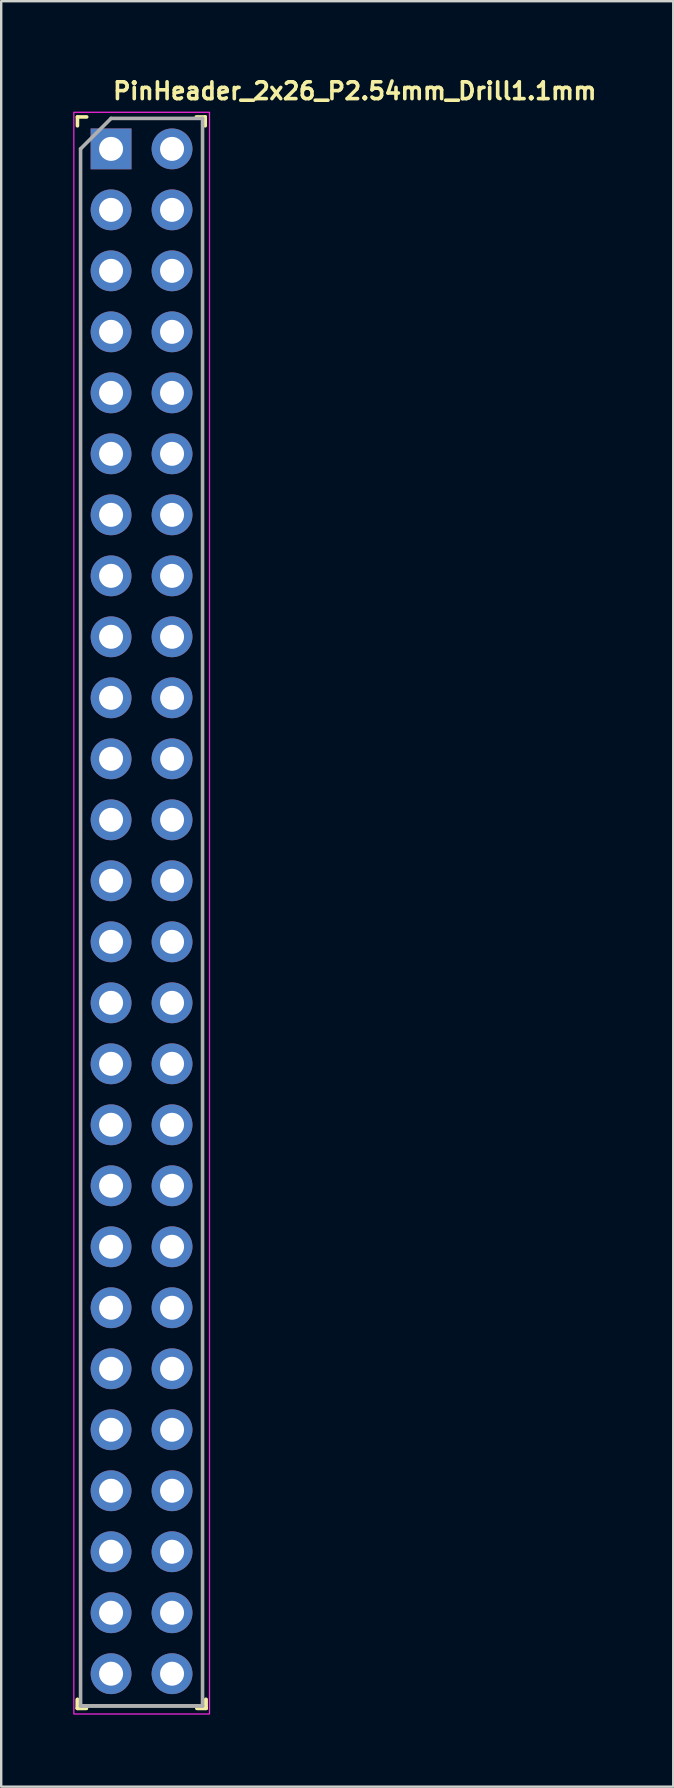
<source format=kicad_pcb>
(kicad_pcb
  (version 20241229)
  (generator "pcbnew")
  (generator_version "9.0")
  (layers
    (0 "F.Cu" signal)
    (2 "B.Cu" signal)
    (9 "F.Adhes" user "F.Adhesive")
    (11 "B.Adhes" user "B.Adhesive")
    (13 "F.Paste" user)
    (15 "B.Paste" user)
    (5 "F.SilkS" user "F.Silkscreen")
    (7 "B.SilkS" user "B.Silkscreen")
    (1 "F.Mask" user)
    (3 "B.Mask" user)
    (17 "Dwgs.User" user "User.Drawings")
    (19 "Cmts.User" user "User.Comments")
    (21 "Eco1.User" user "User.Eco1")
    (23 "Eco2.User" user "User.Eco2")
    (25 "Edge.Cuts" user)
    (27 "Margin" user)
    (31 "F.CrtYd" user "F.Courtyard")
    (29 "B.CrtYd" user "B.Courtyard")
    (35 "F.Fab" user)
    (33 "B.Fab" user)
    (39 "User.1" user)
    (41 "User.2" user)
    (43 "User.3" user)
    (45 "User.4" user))
  (footprint "PinHeader_2x26_P2.54mm_Drill1.1mm"
    (layer "F.Cu")
    (at 1.575 3.15)
    (property "Reference" "PinHeader_2x26_P2.54mm_Drill1.1mm" (at 0 -2 0) (layer "F.SilkS") (effects (font (size 0.7 0.7) (thickness 0.15)) (justify left bottom)))
    (attr through_hole)
    (fp_line (start -1.4 -1.331) (end -1.4 -0.961) (stroke (width 0.15) (type solid)) (layer "F.SilkS"))
    (fp_line (start -1.4 64.569) (end -1.4 64.939) (stroke (width 0.15) (type solid)) (layer "F.SilkS"))
    (fp_line (start -1.4 64.569) (end -1.4 64.939) (stroke (width 0.15) (type solid)) (layer "F.SilkS"))
    (fp_line (start -1.4 64.939) (end -1.03 64.939) (stroke (width 0.15) (type solid)) (layer "F.SilkS"))
    (fp_line (start -1.4 64.939) (end -1.03 64.939) (stroke (width 0.15) (type solid)) (layer "F.SilkS"))
    (fp_line (start -1.015 -1.331) (end -1.4 -1.331) (stroke (width 0.15) (type solid)) (layer "F.SilkS"))
    (fp_line (start 3.58 64.939) (end 3.95 64.939) (stroke (width 0.15) (type solid)) (layer "F.SilkS"))
    (fp_line (start 3.58 64.939) (end 3.95 64.939) (stroke (width 0.15) (type solid)) (layer "F.SilkS"))
    (fp_line (start 3.92 -1.331) (end 3.55 -1.331) (stroke (width 0.15) (type solid)) (layer "F.SilkS"))
    (fp_line (start 3.92 -0.961) (end 3.92 -1.331) (stroke (width 0.15) (type solid)) (layer "F.SilkS"))
    (fp_line (start 3.95 64.939) (end 3.95 64.569) (stroke (width 0.15) (type solid)) (layer "F.SilkS"))
    (fp_line (start 3.95 64.939) (end 3.95 64.569) (stroke (width 0.15) (type solid)) (layer "F.SilkS"))
    (fp_rect (start 4.1 -1.525) (end -1.55 65.175) (stroke (width 0.05) (type solid)) (fill no) (layer "F.CrtYd"))
    (fp_line (start -1.27 0) (end 0 -1.27) (stroke (width 0.15) (type solid)) (layer "F.Fab"))
    (fp_line (start -1.27 64.839) (end -1.27 0) (stroke (width 0.15) (type solid)) (layer "F.Fab"))
    (fp_line (start 0 -1.27) (end 3.809 -1.27) (stroke (width 0.15) (type solid)) (layer "F.Fab"))
    (fp_line (start 3.809 -1.27) (end 3.809 64.839) (stroke (width 0.15) (type solid)) (layer "F.Fab"))
    (fp_line (start 3.809 64.839) (end -1.27 64.839) (stroke (width 0.15) (type solid)) (layer "F.Fab"))
    (fp_line (start 3.809 64.839) (end -1.27 64.839) (stroke (width 0.15) (type solid)) (layer "F.Fab"))
    (fp_rect (start 3.81 -1.294) (end -1.269 -1.269) (stroke (width 0.1) (type solid)) (fill no) (layer "User.5"))
    (fp_line (start -1.269 -1.269) (end -1.269 1.047) (stroke (width 0.02) (type solid)) (layer "User.9"))
    (fp_line (start -1.269 -1.269) (end 3.81 -1.269) (stroke (width 0.02) (type solid)) (layer "User.9"))
    (fp_line (start -1.269 1.047) (end -1.044 1.27) (stroke (width 0.02) (type solid)) (layer "User.9"))
    (fp_line (start -1.269 1.047) (end 3.81 1.047) (stroke (width 0.02) (type solid)) (layer "User.9"))
    (fp_line (start -1.269 1.496) (end -1.269 3.586) (stroke (width 0.02) (type solid)) (layer "User.9"))
    (fp_line (start -1.269 1.496) (end -1.044 1.27) (stroke (width 0.02) (type solid)) (layer "User.9"))
    (fp_line (start -1.269 1.496) (end 3.81 1.496) (stroke (width 0.02) (type solid)) (layer "User.9"))
    (fp_line (start -1.269 3.586) (end -1.044 3.81) (stroke (width 0.02) (type solid)) (layer "User.9"))
    (fp_line (start -1.269 3.586) (end 3.81 3.586) (stroke (width 0.02) (type solid)) (layer "User.9"))
    (fp_line (start -1.269 4.036) (end -1.269 6.127) (stroke (width 0.02) (type solid)) (layer "User.9"))
    (fp_line (start -1.269 4.036) (end -1.044 3.81) (stroke (width 0.02) (type solid)) (layer "User.9"))
    (fp_line (start -1.269 4.036) (end 3.81 4.036) (stroke (width 0.02) (type solid)) (layer "User.9"))
    (fp_line (start -1.269 6.127) (end -1.044 6.351) (stroke (width 0.02) (type solid)) (layer "User.9"))
    (fp_line (start -1.269 6.127) (end 3.81 6.127) (stroke (width 0.02) (type solid)) (layer "User.9"))
    (fp_line (start -1.269 6.576) (end -1.269 8.667) (stroke (width 0.02) (type solid)) (layer "User.9"))
    (fp_line (start -1.269 6.576) (end -1.044 6.351) (stroke (width 0.02) (type solid)) (layer "User.9"))
    (fp_line (start -1.269 6.576) (end 3.81 6.576) (stroke (width 0.02) (type solid)) (layer "User.9"))
    (fp_line (start -1.269 8.667) (end -1.044 8.891) (stroke (width 0.02) (type solid)) (layer "User.9"))
    (fp_line (start -1.269 8.667) (end 3.81 8.667) (stroke (width 0.02) (type solid)) (layer "User.9"))
    (fp_line (start -1.269 9.116) (end -1.269 11.206) (stroke (width 0.02) (type solid)) (layer "User.9"))
    (fp_line (start -1.269 9.116) (end -1.044 8.891) (stroke (width 0.02) (type solid)) (layer "User.9"))
    (fp_line (start -1.269 9.116) (end 3.81 9.116) (stroke (width 0.02) (type solid)) (layer "User.9"))
    (fp_line (start -1.269 11.206) (end -1.044 11.43) (stroke (width 0.02) (type solid)) (layer "User.9"))
    (fp_line (start -1.269 11.206) (end 3.81 11.206) (stroke (width 0.02) (type solid)) (layer "User.9"))
    (fp_line (start -1.269 11.655) (end -1.269 13.747) (stroke (width 0.02) (type solid)) (layer "User.9"))
    (fp_line (start -1.269 11.655) (end -1.044 11.43) (stroke (width 0.02) (type solid)) (layer "User.9"))
    (fp_line (start -1.269 11.655) (end 3.81 11.655) (stroke (width 0.02) (type solid)) (layer "User.9"))
    (fp_line (start -1.269 13.747) (end -1.044 13.971) (stroke (width 0.02) (type solid)) (layer "User.9"))
    (fp_line (start -1.269 13.747) (end 3.81 13.747) (stroke (width 0.02) (type solid)) (layer "User.9"))
    (fp_line (start -1.269 14.195) (end -1.269 16.287) (stroke (width 0.02) (type solid)) (layer "User.9"))
    (fp_line (start -1.269 14.195) (end -1.044 13.971) (stroke (width 0.02) (type solid)) (layer "User.9"))
    (fp_line (start -1.269 14.195) (end 3.81 14.195) (stroke (width 0.02) (type solid)) (layer "User.9"))
    (fp_line (start -1.269 16.287) (end -1.044 16.511) (stroke (width 0.02) (type solid)) (layer "User.9"))
    (fp_line (start -1.269 16.287) (end 3.81 16.287) (stroke (width 0.02) (type solid)) (layer "User.9"))
    (fp_line (start -1.269 16.735) (end -1.269 18.827) (stroke (width 0.02) (type solid)) (layer "User.9"))
    (fp_line (start -1.269 16.735) (end -1.044 16.511) (stroke (width 0.02) (type solid)) (layer "User.9"))
    (fp_line (start -1.269 16.735) (end 3.81 16.735) (stroke (width 0.02) (type solid)) (layer "User.9"))
    (fp_line (start -1.269 18.827) (end -1.044 19.051) (stroke (width 0.02) (type solid)) (layer "User.9"))
    (fp_line (start -1.269 18.827) (end 3.81 18.827) (stroke (width 0.02) (type solid)) (layer "User.9"))
    (fp_line (start -1.269 19.276) (end -1.269 21.366) (stroke (width 0.02) (type solid)) (layer "User.9"))
    (fp_line (start -1.269 19.276) (end -1.044 19.051) (stroke (width 0.02) (type solid)) (layer "User.9"))
    (fp_line (start -1.269 19.276) (end 3.81 19.276) (stroke (width 0.02) (type solid)) (layer "User.9"))
    (fp_line (start -1.269 21.366) (end -1.044 21.59) (stroke (width 0.02) (type solid)) (layer "User.9"))
    (fp_line (start -1.269 21.366) (end 3.81 21.366) (stroke (width 0.02) (type solid)) (layer "User.9"))
    (fp_line (start -1.269 21.816) (end -1.269 23.906) (stroke (width 0.02) (type solid)) (layer "User.9"))
    (fp_line (start -1.269 21.816) (end -1.044 21.59) (stroke (width 0.02) (type solid)) (layer "User.9"))
    (fp_line (start -1.269 21.816) (end 3.81 21.816) (stroke (width 0.02) (type solid)) (layer "User.9"))
    (fp_line (start -1.269 23.906) (end -1.044 24.13) (stroke (width 0.02) (type solid)) (layer "User.9"))
    (fp_line (start -1.269 23.906) (end 3.81 23.906) (stroke (width 0.02) (type solid)) (layer "User.9"))
    (fp_line (start -1.269 24.355) (end -1.269 26.447) (stroke (width 0.02) (type solid)) (layer "User.9"))
    (fp_line (start -1.269 24.355) (end -1.044 24.13) (stroke (width 0.02) (type solid)) (layer "User.9"))
    (fp_line (start -1.269 24.355) (end 3.81 24.355) (stroke (width 0.02) (type solid)) (layer "User.9"))
    (fp_line (start -1.269 26.447) (end -1.044 26.671) (stroke (width 0.02) (type solid)) (layer "User.9"))
    (fp_line (start -1.269 26.447) (end 3.81 26.447) (stroke (width 0.02) (type solid)) (layer "User.9"))
    (fp_line (start -1.269 26.895) (end -1.269 28.987) (stroke (width 0.02) (type solid)) (layer "User.9"))
    (fp_line (start -1.269 26.895) (end -1.044 26.671) (stroke (width 0.02) (type solid)) (layer "User.9"))
    (fp_line (start -1.269 26.895) (end 3.81 26.895) (stroke (width 0.02) (type solid)) (layer "User.9"))
    (fp_line (start -1.269 28.987) (end -1.044 29.211) (stroke (width 0.02) (type solid)) (layer "User.9"))
    (fp_line (start -1.269 28.987) (end 3.81 28.987) (stroke (width 0.02) (type solid)) (layer "User.9"))
    (fp_line (start -1.269 29.436) (end -1.269 31.526) (stroke (width 0.02) (type solid)) (layer "User.9"))
    (fp_line (start -1.269 29.436) (end -1.044 29.211) (stroke (width 0.02) (type solid)) (layer "User.9"))
    (fp_line (start -1.269 29.436) (end 3.81 29.436) (stroke (width 0.02) (type solid)) (layer "User.9"))
    (fp_line (start -1.269 31.526) (end -1.044 31.75) (stroke (width 0.02) (type solid)) (layer "User.9"))
    (fp_line (start -1.269 31.526) (end 3.81 31.526) (stroke (width 0.02) (type solid)) (layer "User.9"))
    (fp_line (start -1.269 31.976) (end -1.269 34.067) (stroke (width 0.02) (type solid)) (layer "User.9"))
    (fp_line (start -1.269 31.976) (end -1.044 31.75) (stroke (width 0.02) (type solid)) (layer "User.9"))
    (fp_line (start -1.269 31.976) (end 3.81 31.976) (stroke (width 0.02) (type solid)) (layer "User.9"))
    (fp_line (start -1.269 34.067) (end -1.044 34.292) (stroke (width 0.02) (type solid)) (layer "User.9"))
    (fp_line (start -1.269 34.067) (end 3.81 34.067) (stroke (width 0.02) (type solid)) (layer "User.9"))
    (fp_line (start -1.269 34.515) (end -1.269 36.607) (stroke (width 0.02) (type solid)) (layer "User.9"))
    (fp_line (start -1.269 34.515) (end -1.044 34.292) (stroke (width 0.02) (type solid)) (layer "User.9"))
    (fp_line (start -1.269 34.515) (end 3.81 34.515) (stroke (width 0.02) (type solid)) (layer "User.9"))
    (fp_line (start -1.269 36.607) (end -1.044 36.832) (stroke (width 0.02) (type solid)) (layer "User.9"))
    (fp_line (start -1.269 36.607) (end 3.81 36.607) (stroke (width 0.02) (type solid)) (layer "User.9"))
    (fp_line (start -1.269 37.055) (end -1.269 39.146) (stroke (width 0.02) (type solid)) (layer "User.9"))
    (fp_line (start -1.269 37.055) (end -1.044 36.832) (stroke (width 0.02) (type solid)) (layer "User.9"))
    (fp_line (start -1.269 37.055) (end 3.81 37.055) (stroke (width 0.02) (type solid)) (layer "User.9"))
    (fp_line (start -1.269 39.146) (end -1.044 39.37) (stroke (width 0.02) (type solid)) (layer "User.9"))
    (fp_line (start -1.269 39.146) (end 3.81 39.146) (stroke (width 0.02) (type solid)) (layer "User.9"))
    (fp_line (start -1.269 39.595) (end -1.269 41.686) (stroke (width 0.02) (type solid)) (layer "User.9"))
    (fp_line (start -1.269 39.595) (end -1.044 39.37) (stroke (width 0.02) (type solid)) (layer "User.9"))
    (fp_line (start -1.269 39.595) (end 3.81 39.595) (stroke (width 0.02) (type solid)) (layer "User.9"))
    (fp_line (start -1.269 41.686) (end -1.044 41.911) (stroke (width 0.02) (type solid)) (layer "User.9"))
    (fp_line (start -1.269 41.686) (end 3.81 41.686) (stroke (width 0.02) (type solid)) (layer "User.9"))
    (fp_line (start -1.269 42.135) (end -1.269 44.226) (stroke (width 0.02) (type solid)) (layer "User.9"))
    (fp_line (start -1.269 42.135) (end -1.044 41.911) (stroke (width 0.02) (type solid)) (layer "User.9"))
    (fp_line (start -1.269 42.135) (end 3.81 42.135) (stroke (width 0.02) (type solid)) (layer "User.9"))
    (fp_line (start -1.269 44.226) (end -1.044 44.451) (stroke (width 0.02) (type solid)) (layer "User.9"))
    (fp_line (start -1.269 44.226) (end 3.81 44.226) (stroke (width 0.02) (type solid)) (layer "User.9"))
    (fp_line (start -1.269 44.676) (end -1.269 46.766) (stroke (width 0.02) (type solid)) (layer "User.9"))
    (fp_line (start -1.269 44.676) (end -1.044 44.451) (stroke (width 0.02) (type solid)) (layer "User.9"))
    (fp_line (start -1.269 44.676) (end 3.81 44.676) (stroke (width 0.02) (type solid)) (layer "User.9"))
    (fp_line (start -1.269 46.766) (end -1.044 46.991) (stroke (width 0.02) (type solid)) (layer "User.9"))
    (fp_line (start -1.269 46.766) (end 3.81 46.766) (stroke (width 0.02) (type solid)) (layer "User.9"))
    (fp_line (start -1.269 47.216) (end -1.269 64.77) (stroke (width 0.02) (type solid)) (layer "User.9"))
    (fp_line (start -1.269 47.216) (end -1.044 46.991) (stroke (width 0.02) (type solid)) (layer "User.9"))
    (fp_line (start -1.269 47.216) (end 3.81 47.216) (stroke (width 0.02) (type solid)) (layer "User.9"))
    (fp_line (start -1.269 49.306) (end -1.044 49.531) (stroke (width 0.02) (type solid)) (layer "User.9"))
    (fp_line (start -1.269 49.306) (end 3.81 49.306) (stroke (width 0.02) (type solid)) (layer "User.9"))
    (fp_line (start -1.269 49.531) (end 3.81 49.531) (stroke (width 0.02) (type solid)) (layer "User.9"))
    (fp_line (start -1.269 49.754) (end -1.269 51.846) (stroke (width 0.02) (type solid)) (layer "User.9"))
    (fp_line (start -1.269 49.754) (end -1.044 49.531) (stroke (width 0.02) (type solid)) (layer "User.9"))
    (fp_line (start -1.269 49.754) (end 3.81 49.754) (stroke (width 0.02) (type solid)) (layer "User.9"))
    (fp_line (start -1.269 51.846) (end -1.044 52.071) (stroke (width 0.02) (type solid)) (layer "User.9"))
    (fp_line (start -1.269 51.846) (end 3.81 51.846) (stroke (width 0.02) (type solid)) (layer "User.9"))
    (fp_line (start -1.269 52.294) (end -1.269 54.385) (stroke (width 0.02) (type solid)) (layer "User.9"))
    (fp_line (start -1.269 52.294) (end -1.044 52.071) (stroke (width 0.02) (type solid)) (layer "User.9"))
    (fp_line (start -1.269 52.294) (end 3.81 52.294) (stroke (width 0.02) (type solid)) (layer "User.9"))
    (fp_line (start -1.269 54.385) (end -1.044 54.609) (stroke (width 0.02) (type solid)) (layer "User.9"))
    (fp_line (start -1.269 54.385) (end 3.81 54.385) (stroke (width 0.02) (type solid)) (layer "User.9"))
    (fp_line (start -1.269 54.834) (end -1.269 56.925) (stroke (width 0.02) (type solid)) (layer "User.9"))
    (fp_line (start -1.269 54.834) (end -1.044 54.609) (stroke (width 0.02) (type solid)) (layer "User.9"))
    (fp_line (start -1.269 54.834) (end 3.81 54.834) (stroke (width 0.02) (type solid)) (layer "User.9"))
    (fp_line (start -1.269 56.925) (end -1.044 57.15) (stroke (width 0.02) (type solid)) (layer "User.9"))
    (fp_line (start -1.269 56.925) (end 3.81 56.925) (stroke (width 0.02) (type solid)) (layer "User.9"))
    (fp_line (start -1.269 57.374) (end -1.269 59.465) (stroke (width 0.02) (type solid)) (layer "User.9"))
    (fp_line (start -1.269 57.374) (end -1.044 57.15) (stroke (width 0.02) (type solid)) (layer "User.9"))
    (fp_line (start -1.269 57.374) (end 3.81 57.374) (stroke (width 0.02) (type solid)) (layer "User.9"))
    (fp_line (start -1.269 59.465) (end -1.044 59.69) (stroke (width 0.02) (type solid)) (layer "User.9"))
    (fp_line (start -1.269 59.465) (end 3.81 59.465) (stroke (width 0.02) (type solid)) (layer "User.9"))
    (fp_line (start -1.269 59.915) (end -1.269 62.005) (stroke (width 0.02) (type solid)) (layer "User.9"))
    (fp_line (start -1.269 59.915) (end -1.044 59.69) (stroke (width 0.02) (type solid)) (layer "User.9"))
    (fp_line (start -1.269 59.915) (end 3.81 59.915) (stroke (width 0.02) (type solid)) (layer "User.9"))
    (fp_line (start -1.269 62.005) (end -1.044 62.23) (stroke (width 0.02) (type solid)) (layer "User.9"))
    (fp_line (start -1.269 62.005) (end 3.81 62.005) (stroke (width 0.02) (type solid)) (layer "User.9"))
    (fp_line (start -1.269 62.455) (end -1.269 64.77) (stroke (width 0.02) (type solid)) (layer "User.9"))
    (fp_line (start -1.269 62.455) (end -1.044 62.23) (stroke (width 0.02) (type solid)) (layer "User.9"))
    (fp_line (start -1.269 62.455) (end 3.81 62.455) (stroke (width 0.02) (type solid)) (layer "User.9"))
    (fp_line (start -1.269 64.77) (end 3.81 64.77) (stroke (width 0.02) (type solid)) (layer "User.9"))
    (fp_line (start -1.044 1.27) (end 3.586 1.27) (stroke (width 0.02) (type solid)) (layer "User.9"))
    (fp_line (start -1.044 3.81) (end 3.586 3.81) (stroke (width 0.02) (type solid)) (layer "User.9"))
    (fp_line (start -1.044 6.351) (end 3.586 6.351) (stroke (width 0.02) (type solid)) (layer "User.9"))
    (fp_line (start -1.044 8.891) (end 3.586 8.891) (stroke (width 0.02) (type solid)) (layer "User.9"))
    (fp_line (start -1.044 11.43) (end 3.586 11.43) (stroke (width 0.02) (type solid)) (layer "User.9"))
    (fp_line (start -1.044 13.971) (end 3.586 13.971) (stroke (width 0.02) (type solid)) (layer "User.9"))
    (fp_line (start -1.044 16.511) (end 3.586 16.511) (stroke (width 0.02) (type solid)) (layer "User.9"))
    (fp_line (start -1.044 19.051) (end 3.586 19.051) (stroke (width 0.02) (type solid)) (layer "User.9"))
    (fp_line (start -1.044 21.59) (end 3.586 21.59) (stroke (width 0.02) (type solid)) (layer "User.9"))
    (fp_line (start -1.044 24.13) (end 3.586 24.13) (stroke (width 0.02) (type solid)) (layer "User.9"))
    (fp_line (start -1.044 26.671) (end 3.586 26.671) (stroke (width 0.02) (type solid)) (layer "User.9"))
    (fp_line (start -1.044 29.211) (end 3.586 29.211) (stroke (width 0.02) (type solid)) (layer "User.9"))
    (fp_line (start -1.044 31.75) (end 3.586 31.75) (stroke (width 0.02) (type solid)) (layer "User.9"))
    (fp_line (start -1.044 34.292) (end 3.586 34.292) (stroke (width 0.02) (type solid)) (layer "User.9"))
    (fp_line (start -1.044 36.832) (end 3.586 36.832) (stroke (width 0.02) (type solid)) (layer "User.9"))
    (fp_line (start -1.044 39.37) (end 3.586 39.37) (stroke (width 0.02) (type solid)) (layer "User.9"))
    (fp_line (start -1.044 41.911) (end 3.586 41.911) (stroke (width 0.02) (type solid)) (layer "User.9"))
    (fp_line (start -1.044 44.451) (end 3.586 44.451) (stroke (width 0.02) (type solid)) (layer "User.9"))
    (fp_line (start -1.044 46.991) (end 3.586 46.991) (stroke (width 0.02) (type solid)) (layer "User.9"))
    (fp_line (start -1.044 49.531) (end 3.586 49.531) (stroke (width 0.02) (type solid)) (layer "User.9"))
    (fp_line (start -1.044 52.071) (end 3.586 52.071) (stroke (width 0.02) (type solid)) (layer "User.9"))
    (fp_line (start -1.044 54.609) (end 3.586 54.609) (stroke (width 0.02) (type solid)) (layer "User.9"))
    (fp_line (start -1.044 57.15) (end 3.586 57.15) (stroke (width 0.02) (type solid)) (layer "User.9"))
    (fp_line (start -1.044 59.69) (end 3.586 59.69) (stroke (width 0.02) (type solid)) (layer "User.9"))
    (fp_line (start -1.044 62.23) (end 3.586 62.23) (stroke (width 0.02) (type solid)) (layer "User.9"))
    (fp_line (start -0.32 -0.32) (end -0.32 0.32) (stroke (width 0.02) (type solid)) (layer "User.9"))
    (fp_line (start -0.32 -0.32) (end -0.064 -0.064) (stroke (width 0.02) (type solid)) (layer "User.9"))
    (fp_line (start -0.32 -0.32) (end 0.32 -0.32) (stroke (width 0.02) (type solid)) (layer "User.9"))
    (fp_line (start -0.32 0.32) (end -0.064 0.064) (stroke (width 0.02) (type solid)) (layer "User.9"))
    (fp_line (start -0.32 0.32) (end 0.32 0.32) (stroke (width 0.02) (type solid)) (layer "User.9"))
    (fp_line (start -0.32 2.222) (end -0.32 2.86) (stroke (width 0.02) (type solid)) (layer "User.9"))
    (fp_line (start -0.32 2.222) (end -0.064 2.476) (stroke (width 0.02) (type solid)) (layer "User.9"))
    (fp_line (start -0.32 2.222) (end 0.32 2.222) (stroke (width 0.02) (type solid)) (layer "User.9"))
    (fp_line (start -0.32 2.86) (end -0.064 2.605) (stroke (width 0.02) (type solid)) (layer "User.9"))
    (fp_line (start -0.32 2.86) (end 0.32 2.86) (stroke (width 0.02) (type solid)) (layer "User.9"))
    (fp_line (start -0.32 4.76) (end -0.32 5.401) (stroke (width 0.02) (type solid)) (layer "User.9"))
    (fp_line (start -0.32 4.76) (end -0.064 5.016) (stroke (width 0.02) (type solid)) (layer "User.9"))
    (fp_line (start -0.32 4.76) (end 0.32 4.76) (stroke (width 0.02) (type solid)) (layer "User.9"))
    (fp_line (start -0.32 5.401) (end -0.064 5.146) (stroke (width 0.02) (type solid)) (layer "User.9"))
    (fp_line (start -0.32 5.401) (end 0.32 5.401) (stroke (width 0.02) (type solid)) (layer "User.9"))
    (fp_line (start -0.32 7.3) (end -0.32 7.941) (stroke (width 0.02) (type solid)) (layer "User.9"))
    (fp_line (start -0.32 7.3) (end -0.064 7.556) (stroke (width 0.02) (type solid)) (layer "User.9"))
    (fp_line (start -0.32 7.3) (end 0.32 7.3) (stroke (width 0.02) (type solid)) (layer "User.9"))
    (fp_line (start -0.32 7.941) (end -0.064 7.686) (stroke (width 0.02) (type solid)) (layer "User.9"))
    (fp_line (start -0.32 7.941) (end 0.32 7.941) (stroke (width 0.02) (type solid)) (layer "User.9"))
    (fp_line (start -0.32 9.84) (end -0.32 10.481) (stroke (width 0.02) (type solid)) (layer "User.9"))
    (fp_line (start -0.32 9.84) (end -0.064 10.096) (stroke (width 0.02) (type solid)) (layer "User.9"))
    (fp_line (start -0.32 9.84) (end 0.32 9.84) (stroke (width 0.02) (type solid)) (layer "User.9"))
    (fp_line (start -0.32 10.481) (end -0.064 10.224) (stroke (width 0.02) (type solid)) (layer "User.9"))
    (fp_line (start -0.32 10.481) (end 0.32 10.481) (stroke (width 0.02) (type solid)) (layer "User.9"))
    (fp_line (start -0.32 12.381) (end -0.32 13.02) (stroke (width 0.02) (type solid)) (layer "User.9"))
    (fp_line (start -0.32 12.381) (end -0.064 12.637) (stroke (width 0.02) (type solid)) (layer "User.9"))
    (fp_line (start -0.32 12.381) (end 0.32 12.381) (stroke (width 0.02) (type solid)) (layer "User.9"))
    (fp_line (start -0.32 13.02) (end -0.064 12.765) (stroke (width 0.02) (type solid)) (layer "User.9"))
    (fp_line (start -0.32 13.02) (end 0.32 13.02) (stroke (width 0.02) (type solid)) (layer "User.9"))
    (fp_line (start -0.32 14.92) (end -0.32 15.561) (stroke (width 0.02) (type solid)) (layer "User.9"))
    (fp_line (start -0.32 14.92) (end -0.064 15.176) (stroke (width 0.02) (type solid)) (layer "User.9"))
    (fp_line (start -0.32 14.92) (end 0.32 14.92) (stroke (width 0.02) (type solid)) (layer "User.9"))
    (fp_line (start -0.32 15.561) (end -0.064 15.304) (stroke (width 0.02) (type solid)) (layer "User.9"))
    (fp_line (start -0.32 15.561) (end 0.32 15.561) (stroke (width 0.02) (type solid)) (layer "User.9"))
    (fp_line (start -0.32 17.461) (end -0.32 18.101) (stroke (width 0.02) (type solid)) (layer "User.9"))
    (fp_line (start -0.32 17.461) (end -0.064 17.717) (stroke (width 0.02) (type solid)) (layer "User.9"))
    (fp_line (start -0.32 17.461) (end 0.32 17.461) (stroke (width 0.02) (type solid)) (layer "User.9"))
    (fp_line (start -0.32 18.101) (end -0.064 17.845) (stroke (width 0.02) (type solid)) (layer "User.9"))
    (fp_line (start -0.32 18.101) (end 0.32 18.101) (stroke (width 0.02) (type solid)) (layer "User.9"))
    (fp_line (start -0.32 20) (end -0.32 20.641) (stroke (width 0.02) (type solid)) (layer "User.9"))
    (fp_line (start -0.32 20) (end -0.064 20.258) (stroke (width 0.02) (type solid)) (layer "User.9"))
    (fp_line (start -0.32 20) (end 0.32 20) (stroke (width 0.02) (type solid)) (layer "User.9"))
    (fp_line (start -0.32 20.641) (end -0.064 20.386) (stroke (width 0.02) (type solid)) (layer "User.9"))
    (fp_line (start -0.32 20.641) (end 0.32 20.641) (stroke (width 0.02) (type solid)) (layer "User.9"))
    (fp_line (start -0.32 22.541) (end -0.32 23.18) (stroke (width 0.02) (type solid)) (layer "User.9"))
    (fp_line (start -0.32 22.541) (end -0.064 22.796) (stroke (width 0.02) (type solid)) (layer "User.9"))
    (fp_line (start -0.32 22.541) (end 0.32 22.541) (stroke (width 0.02) (type solid)) (layer "User.9"))
    (fp_line (start -0.32 23.18) (end -0.064 22.924) (stroke (width 0.02) (type solid)) (layer "User.9"))
    (fp_line (start -0.32 23.18) (end 0.32 23.18) (stroke (width 0.02) (type solid)) (layer "User.9"))
    (fp_line (start -0.32 25.081) (end -0.32 25.72) (stroke (width 0.02) (type solid)) (layer "User.9"))
    (fp_line (start -0.32 25.081) (end -0.064 25.337) (stroke (width 0.02) (type solid)) (layer "User.9"))
    (fp_line (start -0.32 25.081) (end 0.32 25.081) (stroke (width 0.02) (type solid)) (layer "User.9"))
    (fp_line (start -0.32 25.72) (end -0.064 25.465) (stroke (width 0.02) (type solid)) (layer "User.9"))
    (fp_line (start -0.32 25.72) (end 0.32 25.72) (stroke (width 0.02) (type solid)) (layer "User.9"))
    (fp_line (start -0.32 27.622) (end -0.32 28.261) (stroke (width 0.02) (type solid)) (layer "User.9"))
    (fp_line (start -0.32 27.622) (end -0.064 27.877) (stroke (width 0.02) (type solid)) (layer "User.9"))
    (fp_line (start -0.32 27.622) (end 0.32 27.622) (stroke (width 0.02) (type solid)) (layer "User.9"))
    (fp_line (start -0.32 28.261) (end -0.064 28.005) (stroke (width 0.02) (type solid)) (layer "User.9"))
    (fp_line (start -0.32 28.261) (end 0.32 28.261) (stroke (width 0.02) (type solid)) (layer "User.9"))
    (fp_line (start -0.32 30.16) (end -0.32 30.801) (stroke (width 0.02) (type solid)) (layer "User.9"))
    (fp_line (start -0.32 30.16) (end -0.064 30.416) (stroke (width 0.02) (type solid)) (layer "User.9"))
    (fp_line (start -0.32 30.16) (end 0.32 30.16) (stroke (width 0.02) (type solid)) (layer "User.9"))
    (fp_line (start -0.32 30.801) (end -0.064 30.546) (stroke (width 0.02) (type solid)) (layer "User.9"))
    (fp_line (start -0.32 30.801) (end 0.32 30.801) (stroke (width 0.02) (type solid)) (layer "User.9"))
    (fp_line (start -0.32 32.701) (end -0.32 33.342) (stroke (width 0.02) (type solid)) (layer "User.9"))
    (fp_line (start -0.32 32.701) (end -0.064 32.958) (stroke (width 0.02) (type solid)) (layer "User.9"))
    (fp_line (start -0.32 32.701) (end 0.32 32.701) (stroke (width 0.02) (type solid)) (layer "User.9"))
    (fp_line (start -0.32 33.342) (end -0.064 33.086) (stroke (width 0.02) (type solid)) (layer "User.9"))
    (fp_line (start -0.32 33.342) (end 0.32 33.342) (stroke (width 0.02) (type solid)) (layer "User.9"))
    (fp_line (start -0.32 35.241) (end -0.32 35.881) (stroke (width 0.02) (type solid)) (layer "User.9"))
    (fp_line (start -0.32 35.241) (end -0.064 35.497) (stroke (width 0.02) (type solid)) (layer "User.9"))
    (fp_line (start -0.32 35.241) (end 0.32 35.241) (stroke (width 0.02) (type solid)) (layer "User.9"))
    (fp_line (start -0.32 35.881) (end -0.064 35.625) (stroke (width 0.02) (type solid)) (layer "User.9"))
    (fp_line (start -0.32 35.881) (end 0.32 35.881) (stroke (width 0.02) (type solid)) (layer "User.9"))
    (fp_line (start -0.32 37.781) (end -0.32 38.421) (stroke (width 0.02) (type solid)) (layer "User.9"))
    (fp_line (start -0.32 37.781) (end -0.064 38.037) (stroke (width 0.02) (type solid)) (layer "User.9"))
    (fp_line (start -0.32 37.781) (end 0.32 37.781) (stroke (width 0.02) (type solid)) (layer "User.9"))
    (fp_line (start -0.32 38.421) (end -0.064 38.165) (stroke (width 0.02) (type solid)) (layer "User.9"))
    (fp_line (start -0.32 38.421) (end 0.32 38.421) (stroke (width 0.02) (type solid)) (layer "User.9"))
    (fp_line (start -0.32 40.32) (end -0.32 40.96) (stroke (width 0.02) (type solid)) (layer "User.9"))
    (fp_line (start -0.32 40.32) (end -0.064 40.576) (stroke (width 0.02) (type solid)) (layer "User.9"))
    (fp_line (start -0.32 40.32) (end 0.32 40.32) (stroke (width 0.02) (type solid)) (layer "User.9"))
    (fp_line (start -0.32 40.96) (end -0.064 40.704) (stroke (width 0.02) (type solid)) (layer "User.9"))
    (fp_line (start -0.32 40.96) (end 0.32 40.96) (stroke (width 0.02) (type solid)) (layer "User.9"))
    (fp_line (start -0.32 42.862) (end -0.32 43.5) (stroke (width 0.02) (type solid)) (layer "User.9"))
    (fp_line (start -0.32 42.862) (end -0.064 43.118) (stroke (width 0.02) (type solid)) (layer "User.9"))
    (fp_line (start -0.32 42.862) (end 0.32 42.862) (stroke (width 0.02) (type solid)) (layer "User.9"))
    (fp_line (start -0.32 43.5) (end -0.064 43.244) (stroke (width 0.02) (type solid)) (layer "User.9"))
    (fp_line (start -0.32 43.5) (end 0.32 43.5) (stroke (width 0.02) (type solid)) (layer "User.9"))
    (fp_line (start -0.32 45.402) (end -0.32 46.042) (stroke (width 0.02) (type solid)) (layer "User.9"))
    (fp_line (start -0.32 45.402) (end -0.064 45.656) (stroke (width 0.02) (type solid)) (layer "User.9"))
    (fp_line (start -0.32 45.402) (end 0.32 45.402) (stroke (width 0.02) (type solid)) (layer "User.9"))
    (fp_line (start -0.32 46.042) (end -0.064 45.784) (stroke (width 0.02) (type solid)) (layer "User.9"))
    (fp_line (start -0.32 46.042) (end 0.32 46.042) (stroke (width 0.02) (type solid)) (layer "User.9"))
    (fp_line (start -0.32 47.94) (end -0.32 48.582) (stroke (width 0.02) (type solid)) (layer "User.9"))
    (fp_line (start -0.32 47.94) (end -0.064 48.196) (stroke (width 0.02) (type solid)) (layer "User.9"))
    (fp_line (start -0.32 47.94) (end 0.32 47.94) (stroke (width 0.02) (type solid)) (layer "User.9"))
    (fp_line (start -0.32 48.582) (end -0.064 48.326) (stroke (width 0.02) (type solid)) (layer "User.9"))
    (fp_line (start -0.32 48.582) (end 0.32 48.582) (stroke (width 0.02) (type solid)) (layer "User.9"))
    (fp_line (start -0.32 50.48) (end -0.32 51.12) (stroke (width 0.02) (type solid)) (layer "User.9"))
    (fp_line (start -0.32 50.48) (end -0.064 50.736) (stroke (width 0.02) (type solid)) (layer "User.9"))
    (fp_line (start -0.32 50.48) (end 0.32 50.48) (stroke (width 0.02) (type solid)) (layer "User.9"))
    (fp_line (start -0.32 51.12) (end -0.064 50.864) (stroke (width 0.02) (type solid)) (layer "User.9"))
    (fp_line (start -0.32 51.12) (end 0.32 51.12) (stroke (width 0.02) (type solid)) (layer "User.9"))
    (fp_line (start -0.32 53.02) (end -0.32 53.66) (stroke (width 0.02) (type solid)) (layer "User.9"))
    (fp_line (start -0.32 53.02) (end -0.064 53.276) (stroke (width 0.02) (type solid)) (layer "User.9"))
    (fp_line (start -0.32 53.02) (end 0.32 53.02) (stroke (width 0.02) (type solid)) (layer "User.9"))
    (fp_line (start -0.32 53.66) (end -0.064 53.404) (stroke (width 0.02) (type solid)) (layer "User.9"))
    (fp_line (start -0.32 53.66) (end 0.32 53.66) (stroke (width 0.02) (type solid)) (layer "User.9"))
    (fp_line (start -0.32 55.559) (end -0.32 56.199) (stroke (width 0.02) (type solid)) (layer "User.9"))
    (fp_line (start -0.32 55.559) (end -0.064 55.815) (stroke (width 0.02) (type solid)) (layer "User.9"))
    (fp_line (start -0.32 55.559) (end 0.32 55.559) (stroke (width 0.02) (type solid)) (layer "User.9"))
    (fp_line (start -0.32 56.199) (end -0.064 55.943) (stroke (width 0.02) (type solid)) (layer "User.9"))
    (fp_line (start -0.32 56.199) (end 0.32 56.199) (stroke (width 0.02) (type solid)) (layer "User.9"))
    (fp_line (start -0.32 58.101) (end -0.32 58.739) (stroke (width 0.02) (type solid)) (layer "User.9"))
    (fp_line (start -0.32 58.101) (end -0.064 58.357) (stroke (width 0.02) (type solid)) (layer "User.9"))
    (fp_line (start -0.32 58.101) (end 0.32 58.101) (stroke (width 0.02) (type solid)) (layer "User.9"))
    (fp_line (start -0.32 58.739) (end -0.064 58.483) (stroke (width 0.02) (type solid)) (layer "User.9"))
    (fp_line (start -0.32 58.739) (end 0.32 58.739) (stroke (width 0.02) (type solid)) (layer "User.9"))
    (fp_line (start -0.32 60.641) (end -0.32 61.281) (stroke (width 0.02) (type solid)) (layer "User.9"))
    (fp_line (start -0.32 60.641) (end -0.064 60.895) (stroke (width 0.02) (type solid)) (layer "User.9"))
    (fp_line (start -0.32 60.641) (end 0.32 60.641) (stroke (width 0.02) (type solid)) (layer "User.9"))
    (fp_line (start -0.32 61.281) (end -0.064 61.023) (stroke (width 0.02) (type solid)) (layer "User.9"))
    (fp_line (start -0.32 61.281) (end 0.32 61.281) (stroke (width 0.02) (type solid)) (layer "User.9"))
    (fp_line (start -0.32 63.179) (end -0.32 63.821) (stroke (width 0.02) (type solid)) (layer "User.9"))
    (fp_line (start -0.32 63.179) (end -0.064 63.435) (stroke (width 0.02) (type solid)) (layer "User.9"))
    (fp_line (start -0.32 63.179) (end 0.32 63.179) (stroke (width 0.02) (type solid)) (layer "User.9"))
    (fp_line (start -0.32 63.821) (end -0.064 63.565) (stroke (width 0.02) (type solid)) (layer "User.9"))
    (fp_line (start -0.32 63.821) (end 0.32 63.821) (stroke (width 0.02) (type solid)) (layer "User.9"))
    (fp_line (start -0.064 -0.064) (end -0.064 0.064) (stroke (width 0.02) (type solid)) (layer "User.9"))
    (fp_line (start -0.064 -0.064) (end 0.064 -0.064) (stroke (width 0.02) (type solid)) (layer "User.9"))
    (fp_line (start -0.064 0.064) (end 0.064 0.064) (stroke (width 0.02) (type solid)) (layer "User.9"))
    (fp_line (start -0.064 2.476) (end -0.064 2.605) (stroke (width 0.02) (type solid)) (layer "User.9"))
    (fp_line (start -0.064 2.476) (end 0.064 2.476) (stroke (width 0.02) (type solid)) (layer "User.9"))
    (fp_line (start -0.064 2.605) (end 0.064 2.605) (stroke (width 0.02) (type solid)) (layer "User.9"))
    (fp_line (start -0.064 5.016) (end -0.064 5.146) (stroke (width 0.02) (type solid)) (layer "User.9"))
    (fp_line (start -0.064 5.016) (end 0.064 5.016) (stroke (width 0.02) (type solid)) (layer "User.9"))
    (fp_line (start -0.064 5.146) (end 0.064 5.146) (stroke (width 0.02) (type solid)) (layer "User.9"))
    (fp_line (start -0.064 7.556) (end -0.064 7.686) (stroke (width 0.02) (type solid)) (layer "User.9"))
    (fp_line (start -0.064 7.556) (end 0.064 7.556) (stroke (width 0.02) (type solid)) (layer "User.9"))
    (fp_line (start -0.064 7.686) (end 0.064 7.686) (stroke (width 0.02) (type solid)) (layer "User.9"))
    (fp_line (start -0.064 10.096) (end -0.064 10.224) (stroke (width 0.02) (type solid)) (layer "User.9"))
    (fp_line (start -0.064 10.096) (end 0.064 10.096) (stroke (width 0.02) (type solid)) (layer "User.9"))
    (fp_line (start -0.064 10.224) (end 0.064 10.224) (stroke (width 0.02) (type solid)) (layer "User.9"))
    (fp_line (start -0.064 12.637) (end -0.064 12.765) (stroke (width 0.02) (type solid)) (layer "User.9"))
    (fp_line (start -0.064 12.637) (end 0.064 12.637) (stroke (width 0.02) (type solid)) (layer "User.9"))
    (fp_line (start -0.064 12.765) (end 0.064 12.765) (stroke (width 0.02) (type solid)) (layer "User.9"))
    (fp_line (start -0.064 15.176) (end -0.064 15.304) (stroke (width 0.02) (type solid)) (layer "User.9"))
    (fp_line (start -0.064 15.176) (end 0.064 15.176) (stroke (width 0.02) (type solid)) (layer "User.9"))
    (fp_line (start -0.064 15.304) (end 0.064 15.304) (stroke (width 0.02) (type solid)) (layer "User.9"))
    (fp_line (start -0.064 17.717) (end -0.064 17.845) (stroke (width 0.02) (type solid)) (layer "User.9"))
    (fp_line (start -0.064 17.717) (end 0.064 17.717) (stroke (width 0.02) (type solid)) (layer "User.9"))
    (fp_line (start -0.064 17.845) (end 0.064 17.845) (stroke (width 0.02) (type solid)) (layer "User.9"))
    (fp_line (start -0.064 20.258) (end -0.064 20.386) (stroke (width 0.02) (type solid)) (layer "User.9"))
    (fp_line (start -0.064 20.258) (end 0.064 20.258) (stroke (width 0.02) (type solid)) (layer "User.9"))
    (fp_line (start -0.064 20.386) (end 0.064 20.386) (stroke (width 0.02) (type solid)) (layer "User.9"))
    (fp_line (start -0.064 22.796) (end -0.064 22.924) (stroke (width 0.02) (type solid)) (layer "User.9"))
    (fp_line (start -0.064 22.796) (end 0.064 22.796) (stroke (width 0.02) (type solid)) (layer "User.9"))
    (fp_line (start -0.064 22.924) (end 0.064 22.924) (stroke (width 0.02) (type solid)) (layer "User.9"))
    (fp_line (start -0.064 25.337) (end -0.064 25.465) (stroke (width 0.02) (type solid)) (layer "User.9"))
    (fp_line (start -0.064 25.337) (end 0.064 25.337) (stroke (width 0.02) (type solid)) (layer "User.9"))
    (fp_line (start -0.064 25.465) (end 0.064 25.465) (stroke (width 0.02) (type solid)) (layer "User.9"))
    (fp_line (start -0.064 27.877) (end -0.064 28.005) (stroke (width 0.02) (type solid)) (layer "User.9"))
    (fp_line (start -0.064 27.877) (end 0.064 27.877) (stroke (width 0.02) (type solid)) (layer "User.9"))
    (fp_line (start -0.064 28.005) (end 0.064 28.005) (stroke (width 0.02) (type solid)) (layer "User.9"))
    (fp_line (start -0.064 30.416) (end -0.064 30.546) (stroke (width 0.02) (type solid)) (layer "User.9"))
    (fp_line (start -0.064 30.416) (end 0.064 30.416) (stroke (width 0.02) (type solid)) (layer "User.9"))
    (fp_line (start -0.064 30.546) (end 0.064 30.546) (stroke (width 0.02) (type solid)) (layer "User.9"))
    (fp_line (start -0.064 32.958) (end -0.064 33.086) (stroke (width 0.02) (type solid)) (layer "User.9"))
    (fp_line (start -0.064 32.958) (end 0.064 32.958) (stroke (width 0.02) (type solid)) (layer "User.9"))
    (fp_line (start -0.064 33.086) (end 0.064 33.086) (stroke (width 0.02) (type solid)) (layer "User.9"))
    (fp_line (start -0.064 35.497) (end -0.064 35.625) (stroke (width 0.02) (type solid)) (layer "User.9"))
    (fp_line (start -0.064 35.497) (end 0.064 35.497) (stroke (width 0.02) (type solid)) (layer "User.9"))
    (fp_line (start -0.064 35.625) (end 0.064 35.625) (stroke (width 0.02) (type solid)) (layer "User.9"))
    (fp_line (start -0.064 38.037) (end -0.064 38.165) (stroke (width 0.02) (type solid)) (layer "User.9"))
    (fp_line (start -0.064 38.037) (end 0.064 38.037) (stroke (width 0.02) (type solid)) (layer "User.9"))
    (fp_line (start -0.064 38.165) (end 0.064 38.165) (stroke (width 0.02) (type solid)) (layer "User.9"))
    (fp_line (start -0.064 40.576) (end -0.064 40.704) (stroke (width 0.02) (type solid)) (layer "User.9"))
    (fp_line (start -0.064 40.576) (end 0.064 40.576) (stroke (width 0.02) (type solid)) (layer "User.9"))
    (fp_line (start -0.064 40.704) (end 0.064 40.704) (stroke (width 0.02) (type solid)) (layer "User.9"))
    (fp_line (start -0.064 43.118) (end -0.064 43.244) (stroke (width 0.02) (type solid)) (layer "User.9"))
    (fp_line (start -0.064 43.118) (end 0.064 43.118) (stroke (width 0.02) (type solid)) (layer "User.9"))
    (fp_line (start -0.064 43.244) (end 0.064 43.244) (stroke (width 0.02) (type solid)) (layer "User.9"))
    (fp_line (start -0.064 45.656) (end -0.064 45.784) (stroke (width 0.02) (type solid)) (layer "User.9"))
    (fp_line (start -0.064 45.656) (end 0.064 45.656) (stroke (width 0.02) (type solid)) (layer "User.9"))
    (fp_line (start -0.064 45.784) (end 0.064 45.784) (stroke (width 0.02) (type solid)) (layer "User.9"))
    (fp_line (start -0.064 48.196) (end -0.064 48.326) (stroke (width 0.02) (type solid)) (layer "User.9"))
    (fp_line (start -0.064 48.196) (end 0.064 48.196) (stroke (width 0.02) (type solid)) (layer "User.9"))
    (fp_line (start -0.064 48.326) (end 0.064 48.326) (stroke (width 0.02) (type solid)) (layer "User.9"))
    (fp_line (start -0.064 50.736) (end -0.064 50.864) (stroke (width 0.02) (type solid)) (layer "User.9"))
    (fp_line (start -0.064 50.736) (end 0.064 50.736) (stroke (width 0.02) (type solid)) (layer "User.9"))
    (fp_line (start -0.064 50.864) (end 0.064 50.864) (stroke (width 0.02) (type solid)) (layer "User.9"))
    (fp_line (start -0.064 53.276) (end -0.064 53.404) (stroke (width 0.02) (type solid)) (layer "User.9"))
    (fp_line (start -0.064 53.276) (end 0.064 53.276) (stroke (width 0.02) (type solid)) (layer "User.9"))
    (fp_line (start -0.064 53.404) (end 0.064 53.404) (stroke (width 0.02) (type solid)) (layer "User.9"))
    (fp_line (start -0.064 55.815) (end -0.064 55.943) (stroke (width 0.02) (type solid)) (layer "User.9"))
    (fp_line (start -0.064 55.815) (end 0.064 55.815) (stroke (width 0.02) (type solid)) (layer "User.9"))
    (fp_line (start -0.064 55.943) (end 0.064 55.943) (stroke (width 0.02) (type solid)) (layer "User.9"))
    (fp_line (start -0.064 58.357) (end -0.064 58.483) (stroke (width 0.02) (type solid)) (layer "User.9"))
    (fp_line (start -0.064 58.357) (end 0.064 58.357) (stroke (width 0.02) (type solid)) (layer "User.9"))
    (fp_line (start -0.064 58.483) (end 0.064 58.483) (stroke (width 0.02) (type solid)) (layer "User.9"))
    (fp_line (start -0.064 60.895) (end -0.064 61.023) (stroke (width 0.02) (type solid)) (layer "User.9"))
    (fp_line (start -0.064 60.895) (end 0.064 60.895) (stroke (width 0.02) (type solid)) (layer "User.9"))
    (fp_line (start -0.064 61.023) (end 0.064 61.023) (stroke (width 0.02) (type solid)) (layer "User.9"))
    (fp_line (start -0.064 63.435) (end -0.064 63.565) (stroke (width 0.02) (type solid)) (layer "User.9"))
    (fp_line (start -0.064 63.435) (end 0.064 63.435) (stroke (width 0.02) (type solid)) (layer "User.9"))
    (fp_line (start -0.064 63.565) (end 0.064 63.565) (stroke (width 0.02) (type solid)) (layer "User.9"))
    (fp_line (start 0.064 -0.064) (end 0.064 0.064) (stroke (width 0.02) (type solid)) (layer "User.9"))
    (fp_line (start 0.064 2.476) (end 0.064 2.605) (stroke (width 0.02) (type solid)) (layer "User.9"))
    (fp_line (start 0.064 5.016) (end 0.064 5.146) (stroke (width 0.02) (type solid)) (layer "User.9"))
    (fp_line (start 0.064 7.556) (end 0.064 7.686) (stroke (width 0.02) (type solid)) (layer "User.9"))
    (fp_line (start 0.064 10.096) (end 0.064 10.224) (stroke (width 0.02) (type solid)) (layer "User.9"))
    (fp_line (start 0.064 12.637) (end 0.064 12.765) (stroke (width 0.02) (type solid)) (layer "User.9"))
    (fp_line (start 0.064 15.176) (end 0.064 15.304) (stroke (width 0.02) (type solid)) (layer "User.9"))
    (fp_line (start 0.064 17.717) (end 0.064 17.845) (stroke (width 0.02) (type solid)) (layer "User.9"))
    (fp_line (start 0.064 20.258) (end 0.064 20.386) (stroke (width 0.02) (type solid)) (layer "User.9"))
    (fp_line (start 0.064 22.796) (end 0.064 22.924) (stroke (width 0.02) (type solid)) (layer "User.9"))
    (fp_line (start 0.064 25.337) (end 0.064 25.465) (stroke (width 0.02) (type solid)) (layer "User.9"))
    (fp_line (start 0.064 27.877) (end 0.064 28.005) (stroke (width 0.02) (type solid)) (layer "User.9"))
    (fp_line (start 0.064 30.416) (end 0.064 30.546) (stroke (width 0.02) (type solid)) (layer "User.9"))
    (fp_line (start 0.064 32.958) (end 0.064 33.086) (stroke (width 0.02) (type solid)) (layer "User.9"))
    (fp_line (start 0.064 35.497) (end 0.064 35.625) (stroke (width 0.02) (type solid)) (layer "User.9"))
    (fp_line (start 0.064 38.037) (end 0.064 38.165) (stroke (width 0.02) (type solid)) (layer "User.9"))
    (fp_line (start 0.064 40.576) (end 0.064 40.704) (stroke (width 0.02) (type solid)) (layer "User.9"))
    (fp_line (start 0.064 43.118) (end 0.064 43.244) (stroke (width 0.02) (type solid)) (layer "User.9"))
    (fp_line (start 0.064 45.656) (end 0.064 45.784) (stroke (width 0.02) (type solid)) (layer "User.9"))
    (fp_line (start 0.064 48.196) (end 0.064 48.326) (stroke (width 0.02) (type solid)) (layer "User.9"))
    (fp_line (start 0.064 50.736) (end 0.064 50.864) (stroke (width 0.02) (type solid)) (layer "User.9"))
    (fp_line (start 0.064 53.276) (end 0.064 53.404) (stroke (width 0.02) (type solid)) (layer "User.9"))
    (fp_line (start 0.064 55.815) (end 0.064 55.943) (stroke (width 0.02) (type solid)) (layer "User.9"))
    (fp_line (start 0.064 58.357) (end 0.064 58.483) (stroke (width 0.02) (type solid)) (layer "User.9"))
    (fp_line (start 0.064 60.895) (end 0.064 61.023) (stroke (width 0.02) (type solid)) (layer "User.9"))
    (fp_line (start 0.064 63.435) (end 0.064 63.565) (stroke (width 0.02) (type solid)) (layer "User.9"))
    (fp_line (start 0.32 -0.32) (end 0.064 -0.064) (stroke (width 0.02) (type solid)) (layer "User.9"))
    (fp_line (start 0.32 -0.32) (end 0.32 0.32) (stroke (width 0.02) (type solid)) (layer "User.9"))
    (fp_line (start 0.32 0.32) (end 0.064 0.064) (stroke (width 0.02) (type solid)) (layer "User.9"))
    (fp_line (start 0.32 2.222) (end 0.064 2.476) (stroke (width 0.02) (type solid)) (layer "User.9"))
    (fp_line (start 0.32 2.222) (end 0.32 2.86) (stroke (width 0.02) (type solid)) (layer "User.9"))
    (fp_line (start 0.32 2.86) (end 0.064 2.605) (stroke (width 0.02) (type solid)) (layer "User.9"))
    (fp_line (start 0.32 4.76) (end 0.064 5.016) (stroke (width 0.02) (type solid)) (layer "User.9"))
    (fp_line (start 0.32 4.76) (end 0.32 5.401) (stroke (width 0.02) (type solid)) (layer "User.9"))
    (fp_line (start 0.32 5.401) (end 0.064 5.146) (stroke (width 0.02) (type solid)) (layer "User.9"))
    (fp_line (start 0.32 7.3) (end 0.064 7.556) (stroke (width 0.02) (type solid)) (layer "User.9"))
    (fp_line (start 0.32 7.3) (end 0.32 7.941) (stroke (width 0.02) (type solid)) (layer "User.9"))
    (fp_line (start 0.32 7.941) (end 0.064 7.686) (stroke (width 0.02) (type solid)) (layer "User.9"))
    (fp_line (start 0.32 9.84) (end 0.064 10.096) (stroke (width 0.02) (type solid)) (layer "User.9"))
    (fp_line (start 0.32 9.84) (end 0.32 10.481) (stroke (width 0.02) (type solid)) (layer "User.9"))
    (fp_line (start 0.32 10.481) (end 0.064 10.224) (stroke (width 0.02) (type solid)) (layer "User.9"))
    (fp_line (start 0.32 12.381) (end 0.064 12.637) (stroke (width 0.02) (type solid)) (layer "User.9"))
    (fp_line (start 0.32 12.381) (end 0.32 13.02) (stroke (width 0.02) (type solid)) (layer "User.9"))
    (fp_line (start 0.32 13.02) (end 0.064 12.765) (stroke (width 0.02) (type solid)) (layer "User.9"))
    (fp_line (start 0.32 14.92) (end 0.064 15.176) (stroke (width 0.02) (type solid)) (layer "User.9"))
    (fp_line (start 0.32 14.92) (end 0.32 15.561) (stroke (width 0.02) (type solid)) (layer "User.9"))
    (fp_line (start 0.32 15.561) (end 0.064 15.304) (stroke (width 0.02) (type solid)) (layer "User.9"))
    (fp_line (start 0.32 17.461) (end 0.064 17.717) (stroke (width 0.02) (type solid)) (layer "User.9"))
    (fp_line (start 0.32 17.461) (end 0.32 18.101) (stroke (width 0.02) (type solid)) (layer "User.9"))
    (fp_line (start 0.32 18.101) (end 0.064 17.845) (stroke (width 0.02) (type solid)) (layer "User.9"))
    (fp_line (start 0.32 20) (end 0.064 20.258) (stroke (width 0.02) (type solid)) (layer "User.9"))
    (fp_line (start 0.32 20) (end 0.32 20.641) (stroke (width 0.02) (type solid)) (layer "User.9"))
    (fp_line (start 0.32 20.641) (end 0.064 20.386) (stroke (width 0.02) (type solid)) (layer "User.9"))
    (fp_line (start 0.32 22.541) (end 0.064 22.796) (stroke (width 0.02) (type solid)) (layer "User.9"))
    (fp_line (start 0.32 22.541) (end 0.32 23.18) (stroke (width 0.02) (type solid)) (layer "User.9"))
    (fp_line (start 0.32 23.18) (end 0.064 22.924) (stroke (width 0.02) (type solid)) (layer "User.9"))
    (fp_line (start 0.32 25.081) (end 0.064 25.337) (stroke (width 0.02) (type solid)) (layer "User.9"))
    (fp_line (start 0.32 25.081) (end 0.32 25.72) (stroke (width 0.02) (type solid)) (layer "User.9"))
    (fp_line (start 0.32 25.72) (end 0.064 25.465) (stroke (width 0.02) (type solid)) (layer "User.9"))
    (fp_line (start 0.32 27.622) (end 0.064 27.877) (stroke (width 0.02) (type solid)) (layer "User.9"))
    (fp_line (start 0.32 27.622) (end 0.32 28.261) (stroke (width 0.02) (type solid)) (layer "User.9"))
    (fp_line (start 0.32 28.261) (end 0.064 28.005) (stroke (width 0.02) (type solid)) (layer "User.9"))
    (fp_line (start 0.32 30.16) (end 0.064 30.416) (stroke (width 0.02) (type solid)) (layer "User.9"))
    (fp_line (start 0.32 30.16) (end 0.32 30.801) (stroke (width 0.02) (type solid)) (layer "User.9"))
    (fp_line (start 0.32 30.801) (end 0.064 30.546) (stroke (width 0.02) (type solid)) (layer "User.9"))
    (fp_line (start 0.32 32.701) (end 0.064 32.958) (stroke (width 0.02) (type solid)) (layer "User.9"))
    (fp_line (start 0.32 32.701) (end 0.32 33.342) (stroke (width 0.02) (type solid)) (layer "User.9"))
    (fp_line (start 0.32 33.342) (end 0.064 33.086) (stroke (width 0.02) (type solid)) (layer "User.9"))
    (fp_line (start 0.32 35.241) (end 0.064 35.497) (stroke (width 0.02) (type solid)) (layer "User.9"))
    (fp_line (start 0.32 35.241) (end 0.32 35.881) (stroke (width 0.02) (type solid)) (layer "User.9"))
    (fp_line (start 0.32 35.881) (end 0.064 35.625) (stroke (width 0.02) (type solid)) (layer "User.9"))
    (fp_line (start 0.32 37.781) (end 0.064 38.037) (stroke (width 0.02) (type solid)) (layer "User.9"))
    (fp_line (start 0.32 37.781) (end 0.32 38.421) (stroke (width 0.02) (type solid)) (layer "User.9"))
    (fp_line (start 0.32 38.421) (end 0.064 38.165) (stroke (width 0.02) (type solid)) (layer "User.9"))
    (fp_line (start 0.32 40.32) (end 0.064 40.576) (stroke (width 0.02) (type solid)) (layer "User.9"))
    (fp_line (start 0.32 40.32) (end 0.32 40.96) (stroke (width 0.02) (type solid)) (layer "User.9"))
    (fp_line (start 0.32 40.96) (end 0.064 40.704) (stroke (width 0.02) (type solid)) (layer "User.9"))
    (fp_line (start 0.32 42.862) (end 0.064 43.118) (stroke (width 0.02) (type solid)) (layer "User.9"))
    (fp_line (start 0.32 42.862) (end 0.32 43.5) (stroke (width 0.02) (type solid)) (layer "User.9"))
    (fp_line (start 0.32 43.5) (end 0.064 43.244) (stroke (width 0.02) (type solid)) (layer "User.9"))
    (fp_line (start 0.32 45.402) (end 0.064 45.656) (stroke (width 0.02) (type solid)) (layer "User.9"))
    (fp_line (start 0.32 45.402) (end 0.32 46.042) (stroke (width 0.02) (type solid)) (layer "User.9"))
    (fp_line (start 0.32 46.042) (end 0.064 45.784) (stroke (width 0.02) (type solid)) (layer "User.9"))
    (fp_line (start 0.32 47.94) (end 0.064 48.196) (stroke (width 0.02) (type solid)) (layer "User.9"))
    (fp_line (start 0.32 47.94) (end 0.32 48.582) (stroke (width 0.02) (type solid)) (layer "User.9"))
    (fp_line (start 0.32 48.582) (end 0.064 48.326) (stroke (width 0.02) (type solid)) (layer "User.9"))
    (fp_line (start 0.32 50.48) (end 0.064 50.736) (stroke (width 0.02) (type solid)) (layer "User.9"))
    (fp_line (start 0.32 50.48) (end 0.32 51.12) (stroke (width 0.02) (type solid)) (layer "User.9"))
    (fp_line (start 0.32 51.12) (end 0.064 50.864) (stroke (width 0.02) (type solid)) (layer "User.9"))
    (fp_line (start 0.32 53.02) (end 0.064 53.276) (stroke (width 0.02) (type solid)) (layer "User.9"))
    (fp_line (start 0.32 53.02) (end 0.32 53.66) (stroke (width 0.02) (type solid)) (layer "User.9"))
    (fp_line (start 0.32 53.66) (end 0.064 53.404) (stroke (width 0.02) (type solid)) (layer "User.9"))
    (fp_line (start 0.32 55.559) (end 0.064 55.815) (stroke (width 0.02) (type solid)) (layer "User.9"))
    (fp_line (start 0.32 55.559) (end 0.32 56.199) (stroke (width 0.02) (type solid)) (layer "User.9"))
    (fp_line (start 0.32 56.199) (end 0.064 55.943) (stroke (width 0.02) (type solid)) (layer "User.9"))
    (fp_line (start 0.32 58.101) (end 0.064 58.357) (stroke (width 0.02) (type solid)) (layer "User.9"))
    (fp_line (start 0.32 58.101) (end 0.32 58.739) (stroke (width 0.02) (type solid)) (layer "User.9"))
    (fp_line (start 0.32 58.739) (end 0.064 58.483) (stroke (width 0.02) (type solid)) (layer "User.9"))
    (fp_line (start 0.32 60.641) (end 0.064 60.895) (stroke (width 0.02) (type solid)) (layer "User.9"))
    (fp_line (start 0.32 60.641) (end 0.32 61.281) (stroke (width 0.02) (type solid)) (layer "User.9"))
    (fp_line (start 0.32 61.281) (end 0.064 61.023) (stroke (width 0.02) (type solid)) (layer "User.9"))
    (fp_line (start 0.32 63.179) (end 0.064 63.435) (stroke (width 0.02) (type solid)) (layer "User.9"))
    (fp_line (start 0.32 63.179) (end 0.32 63.821) (stroke (width 0.02) (type solid)) (layer "User.9"))
    (fp_line (start 0.32 63.821) (end 0.064 63.565) (stroke (width 0.02) (type solid)) (layer "User.9"))
    (fp_line (start 2.222 -0.32) (end 2.222 0.32) (stroke (width 0.02) (type solid)) (layer "User.9"))
    (fp_line (start 2.222 -0.32) (end 2.476 -0.064) (stroke (width 0.02) (type solid)) (layer "User.9"))
    (fp_line (start 2.222 -0.32) (end 2.86 -0.32) (stroke (width 0.02) (type solid)) (layer "User.9"))
    (fp_line (start 2.222 0.32) (end 2.476 0.064) (stroke (width 0.02) (type solid)) (layer "User.9"))
    (fp_line (start 2.222 0.32) (end 2.86 0.32) (stroke (width 0.02) (type solid)) (layer "User.9"))
    (fp_line (start 2.222 2.222) (end 2.222 2.86) (stroke (width 0.02) (type solid)) (layer "User.9"))
    (fp_line (start 2.222 2.222) (end 2.476 2.476) (stroke (width 0.02) (type solid)) (layer "User.9"))
    (fp_line (start 2.222 2.222) (end 2.86 2.222) (stroke (width 0.02) (type solid)) (layer "User.9"))
    (fp_line (start 2.222 2.86) (end 2.476 2.605) (stroke (width 0.02) (type solid)) (layer "User.9"))
    (fp_line (start 2.222 2.86) (end 2.86 2.86) (stroke (width 0.02) (type solid)) (layer "User.9"))
    (fp_line (start 2.222 4.76) (end 2.222 5.401) (stroke (width 0.02) (type solid)) (layer "User.9"))
    (fp_line (start 2.222 4.76) (end 2.476 5.016) (stroke (width 0.02) (type solid)) (layer "User.9"))
    (fp_line (start 2.222 4.76) (end 2.86 4.76) (stroke (width 0.02) (type solid)) (layer "User.9"))
    (fp_line (start 2.222 5.401) (end 2.476 5.146) (stroke (width 0.02) (type solid)) (layer "User.9"))
    (fp_line (start 2.222 5.401) (end 2.86 5.401) (stroke (width 0.02) (type solid)) (layer "User.9"))
    (fp_line (start 2.222 7.3) (end 2.222 7.941) (stroke (width 0.02) (type solid)) (layer "User.9"))
    (fp_line (start 2.222 7.3) (end 2.476 7.556) (stroke (width 0.02) (type solid)) (layer "User.9"))
    (fp_line (start 2.222 7.3) (end 2.86 7.3) (stroke (width 0.02) (type solid)) (layer "User.9"))
    (fp_line (start 2.222 7.941) (end 2.476 7.686) (stroke (width 0.02) (type solid)) (layer "User.9"))
    (fp_line (start 2.222 7.941) (end 2.86 7.941) (stroke (width 0.02) (type solid)) (layer "User.9"))
    (fp_line (start 2.222 9.84) (end 2.222 10.481) (stroke (width 0.02) (type solid)) (layer "User.9"))
    (fp_line (start 2.222 9.84) (end 2.476 10.096) (stroke (width 0.02) (type solid)) (layer "User.9"))
    (fp_line (start 2.222 9.84) (end 2.86 9.84) (stroke (width 0.02) (type solid)) (layer "User.9"))
    (fp_line (start 2.222 10.481) (end 2.476 10.224) (stroke (width 0.02) (type solid)) (layer "User.9"))
    (fp_line (start 2.222 10.481) (end 2.86 10.481) (stroke (width 0.02) (type solid)) (layer "User.9"))
    (fp_line (start 2.222 12.381) (end 2.222 13.02) (stroke (width 0.02) (type solid)) (layer "User.9"))
    (fp_line (start 2.222 12.381) (end 2.476 12.637) (stroke (width 0.02) (type solid)) (layer "User.9"))
    (fp_line (start 2.222 12.381) (end 2.86 12.381) (stroke (width 0.02) (type solid)) (layer "User.9"))
    (fp_line (start 2.222 13.02) (end 2.476 12.765) (stroke (width 0.02) (type solid)) (layer "User.9"))
    (fp_line (start 2.222 13.02) (end 2.86 13.02) (stroke (width 0.02) (type solid)) (layer "User.9"))
    (fp_line (start 2.222 14.92) (end 2.222 15.561) (stroke (width 0.02) (type solid)) (layer "User.9"))
    (fp_line (start 2.222 14.92) (end 2.476 15.176) (stroke (width 0.02) (type solid)) (layer "User.9"))
    (fp_line (start 2.222 14.92) (end 2.86 14.92) (stroke (width 0.02) (type solid)) (layer "User.9"))
    (fp_line (start 2.222 15.561) (end 2.476 15.304) (stroke (width 0.02) (type solid)) (layer "User.9"))
    (fp_line (start 2.222 15.561) (end 2.86 15.561) (stroke (width 0.02) (type solid)) (layer "User.9"))
    (fp_line (start 2.222 17.461) (end 2.222 18.101) (stroke (width 0.02) (type solid)) (layer "User.9"))
    (fp_line (start 2.222 17.461) (end 2.476 17.717) (stroke (width 0.02) (type solid)) (layer "User.9"))
    (fp_line (start 2.222 17.461) (end 2.86 17.461) (stroke (width 0.02) (type solid)) (layer "User.9"))
    (fp_line (start 2.222 18.101) (end 2.476 17.845) (stroke (width 0.02) (type solid)) (layer "User.9"))
    (fp_line (start 2.222 18.101) (end 2.86 18.101) (stroke (width 0.02) (type solid)) (layer "User.9"))
    (fp_line (start 2.222 20) (end 2.222 20.641) (stroke (width 0.02) (type solid)) (layer "User.9"))
    (fp_line (start 2.222 20) (end 2.476 20.258) (stroke (width 0.02) (type solid)) (layer "User.9"))
    (fp_line (start 2.222 20) (end 2.86 20) (stroke (width 0.02) (type solid)) (layer "User.9"))
    (fp_line (start 2.222 20.641) (end 2.476 20.386) (stroke (width 0.02) (type solid)) (layer "User.9"))
    (fp_line (start 2.222 20.641) (end 2.86 20.641) (stroke (width 0.02) (type solid)) (layer "User.9"))
    (fp_line (start 2.222 22.541) (end 2.222 23.18) (stroke (width 0.02) (type solid)) (layer "User.9"))
    (fp_line (start 2.222 22.541) (end 2.476 22.796) (stroke (width 0.02) (type solid)) (layer "User.9"))
    (fp_line (start 2.222 22.541) (end 2.86 22.541) (stroke (width 0.02) (type solid)) (layer "User.9"))
    (fp_line (start 2.222 23.18) (end 2.476 22.924) (stroke (width 0.02) (type solid)) (layer "User.9"))
    (fp_line (start 2.222 23.18) (end 2.86 23.18) (stroke (width 0.02) (type solid)) (layer "User.9"))
    (fp_line (start 2.222 25.081) (end 2.222 25.72) (stroke (width 0.02) (type solid)) (layer "User.9"))
    (fp_line (start 2.222 25.081) (end 2.476 25.337) (stroke (width 0.02) (type solid)) (layer "User.9"))
    (fp_line (start 2.222 25.081) (end 2.86 25.081) (stroke (width 0.02) (type solid)) (layer "User.9"))
    (fp_line (start 2.222 25.72) (end 2.476 25.465) (stroke (width 0.02) (type solid)) (layer "User.9"))
    (fp_line (start 2.222 25.72) (end 2.86 25.72) (stroke (width 0.02) (type solid)) (layer "User.9"))
    (fp_line (start 2.222 27.622) (end 2.222 28.261) (stroke (width 0.02) (type solid)) (layer "User.9"))
    (fp_line (start 2.222 27.622) (end 2.476 27.877) (stroke (width 0.02) (type solid)) (layer "User.9"))
    (fp_line (start 2.222 27.622) (end 2.86 27.622) (stroke (width 0.02) (type solid)) (layer "User.9"))
    (fp_line (start 2.222 28.261) (end 2.476 28.005) (stroke (width 0.02) (type solid)) (layer "User.9"))
    (fp_line (start 2.222 28.261) (end 2.86 28.261) (stroke (width 0.02) (type solid)) (layer "User.9"))
    (fp_line (start 2.222 30.16) (end 2.222 30.801) (stroke (width 0.02) (type solid)) (layer "User.9"))
    (fp_line (start 2.222 30.16) (end 2.476 30.416) (stroke (width 0.02) (type solid)) (layer "User.9"))
    (fp_line (start 2.222 30.16) (end 2.86 30.16) (stroke (width 0.02) (type solid)) (layer "User.9"))
    (fp_line (start 2.222 30.801) (end 2.476 30.546) (stroke (width 0.02) (type solid)) (layer "User.9"))
    (fp_line (start 2.222 30.801) (end 2.86 30.801) (stroke (width 0.02) (type solid)) (layer "User.9"))
    (fp_line (start 2.222 32.701) (end 2.222 33.342) (stroke (width 0.02) (type solid)) (layer "User.9"))
    (fp_line (start 2.222 32.701) (end 2.476 32.958) (stroke (width 0.02) (type solid)) (layer "User.9"))
    (fp_line (start 2.222 32.701) (end 2.86 32.701) (stroke (width 0.02) (type solid)) (layer "User.9"))
    (fp_line (start 2.222 33.342) (end 2.476 33.086) (stroke (width 0.02) (type solid)) (layer "User.9"))
    (fp_line (start 2.222 33.342) (end 2.86 33.342) (stroke (width 0.02) (type solid)) (layer "User.9"))
    (fp_line (start 2.222 35.241) (end 2.222 35.881) (stroke (width 0.02) (type solid)) (layer "User.9"))
    (fp_line (start 2.222 35.241) (end 2.476 35.497) (stroke (width 0.02) (type solid)) (layer "User.9"))
    (fp_line (start 2.222 35.241) (end 2.86 35.241) (stroke (width 0.02) (type solid)) (layer "User.9"))
    (fp_line (start 2.222 35.881) (end 2.476 35.625) (stroke (width 0.02) (type solid)) (layer "User.9"))
    (fp_line (start 2.222 35.881) (end 2.86 35.881) (stroke (width 0.02) (type solid)) (layer "User.9"))
    (fp_line (start 2.222 37.781) (end 2.222 38.421) (stroke (width 0.02) (type solid)) (layer "User.9"))
    (fp_line (start 2.222 37.781) (end 2.476 38.037) (stroke (width 0.02) (type solid)) (layer "User.9"))
    (fp_line (start 2.222 37.781) (end 2.86 37.781) (stroke (width 0.02) (type solid)) (layer "User.9"))
    (fp_line (start 2.222 38.421) (end 2.476 38.165) (stroke (width 0.02) (type solid)) (layer "User.9"))
    (fp_line (start 2.222 38.421) (end 2.86 38.421) (stroke (width 0.02) (type solid)) (layer "User.9"))
    (fp_line (start 2.222 40.32) (end 2.222 40.96) (stroke (width 0.02) (type solid)) (layer "User.9"))
    (fp_line (start 2.222 40.32) (end 2.476 40.576) (stroke (width 0.02) (type solid)) (layer "User.9"))
    (fp_line (start 2.222 40.32) (end 2.86 40.32) (stroke (width 0.02) (type solid)) (layer "User.9"))
    (fp_line (start 2.222 40.96) (end 2.476 40.704) (stroke (width 0.02) (type solid)) (layer "User.9"))
    (fp_line (start 2.222 40.96) (end 2.86 40.96) (stroke (width 0.02) (type solid)) (layer "User.9"))
    (fp_line (start 2.222 42.862) (end 2.222 43.5) (stroke (width 0.02) (type solid)) (layer "User.9"))
    (fp_line (start 2.222 42.862) (end 2.476 43.118) (stroke (width 0.02) (type solid)) (layer "User.9"))
    (fp_line (start 2.222 42.862) (end 2.86 42.862) (stroke (width 0.02) (type solid)) (layer "User.9"))
    (fp_line (start 2.222 43.5) (end 2.476 43.244) (stroke (width 0.02) (type solid)) (layer "User.9"))
    (fp_line (start 2.222 43.5) (end 2.86 43.5) (stroke (width 0.02) (type solid)) (layer "User.9"))
    (fp_line (start 2.222 45.402) (end 2.222 46.042) (stroke (width 0.02) (type solid)) (layer "User.9"))
    (fp_line (start 2.222 45.402) (end 2.476 45.656) (stroke (width 0.02) (type solid)) (layer "User.9"))
    (fp_line (start 2.222 45.402) (end 2.86 45.402) (stroke (width 0.02) (type solid)) (layer "User.9"))
    (fp_line (start 2.222 46.042) (end 2.476 45.784) (stroke (width 0.02) (type solid)) (layer "User.9"))
    (fp_line (start 2.222 46.042) (end 2.86 46.042) (stroke (width 0.02) (type solid)) (layer "User.9"))
    (fp_line (start 2.222 47.94) (end 2.222 48.582) (stroke (width 0.02) (type solid)) (layer "User.9"))
    (fp_line (start 2.222 47.94) (end 2.476 48.196) (stroke (width 0.02) (type solid)) (layer "User.9"))
    (fp_line (start 2.222 47.94) (end 2.86 47.94) (stroke (width 0.02) (type solid)) (layer "User.9"))
    (fp_line (start 2.222 48.582) (end 2.476 48.326) (stroke (width 0.02) (type solid)) (layer "User.9"))
    (fp_line (start 2.222 48.582) (end 2.86 48.582) (stroke (width 0.02) (type solid)) (layer "User.9"))
    (fp_line (start 2.222 50.48) (end 2.222 51.12) (stroke (width 0.02) (type solid)) (layer "User.9"))
    (fp_line (start 2.222 50.48) (end 2.476 50.736) (stroke (width 0.02) (type solid)) (layer "User.9"))
    (fp_line (start 2.222 50.48) (end 2.86 50.48) (stroke (width 0.02) (type solid)) (layer "User.9"))
    (fp_line (start 2.222 51.12) (end 2.476 50.864) (stroke (width 0.02) (type solid)) (layer "User.9"))
    (fp_line (start 2.222 51.12) (end 2.86 51.12) (stroke (width 0.02) (type solid)) (layer "User.9"))
    (fp_line (start 2.222 53.02) (end 2.222 53.66) (stroke (width 0.02) (type solid)) (layer "User.9"))
    (fp_line (start 2.222 53.02) (end 2.476 53.276) (stroke (width 0.02) (type solid)) (layer "User.9"))
    (fp_line (start 2.222 53.02) (end 2.86 53.02) (stroke (width 0.02) (type solid)) (layer "User.9"))
    (fp_line (start 2.222 53.66) (end 2.476 53.404) (stroke (width 0.02) (type solid)) (layer "User.9"))
    (fp_line (start 2.222 53.66) (end 2.86 53.66) (stroke (width 0.02) (type solid)) (layer "User.9"))
    (fp_line (start 2.222 55.559) (end 2.222 56.199) (stroke (width 0.02) (type solid)) (layer "User.9"))
    (fp_line (start 2.222 55.559) (end 2.476 55.815) (stroke (width 0.02) (type solid)) (layer "User.9"))
    (fp_line (start 2.222 55.559) (end 2.86 55.559) (stroke (width 0.02) (type solid)) (layer "User.9"))
    (fp_line (start 2.222 56.199) (end 2.476 55.943) (stroke (width 0.02) (type solid)) (layer "User.9"))
    (fp_line (start 2.222 56.199) (end 2.86 56.199) (stroke (width 0.02) (type solid)) (layer "User.9"))
    (fp_line (start 2.222 58.101) (end 2.222 58.739) (stroke (width 0.02) (type solid)) (layer "User.9"))
    (fp_line (start 2.222 58.101) (end 2.476 58.357) (stroke (width 0.02) (type solid)) (layer "User.9"))
    (fp_line (start 2.222 58.101) (end 2.86 58.101) (stroke (width 0.02) (type solid)) (layer "User.9"))
    (fp_line (start 2.222 58.739) (end 2.476 58.483) (stroke (width 0.02) (type solid)) (layer "User.9"))
    (fp_line (start 2.222 58.739) (end 2.86 58.739) (stroke (width 0.02) (type solid)) (layer "User.9"))
    (fp_line (start 2.222 60.641) (end 2.222 61.281) (stroke (width 0.02) (type solid)) (layer "User.9"))
    (fp_line (start 2.222 60.641) (end 2.476 60.895) (stroke (width 0.02) (type solid)) (layer "User.9"))
    (fp_line (start 2.222 60.641) (end 2.86 60.641) (stroke (width 0.02) (type solid)) (layer "User.9"))
    (fp_line (start 2.222 61.281) (end 2.476 61.023) (stroke (width 0.02) (type solid)) (layer "User.9"))
    (fp_line (start 2.222 61.281) (end 2.86 61.281) (stroke (width 0.02) (type solid)) (layer "User.9"))
    (fp_line (start 2.222 63.179) (end 2.222 63.821) (stroke (width 0.02) (type solid)) (layer "User.9"))
    (fp_line (start 2.222 63.179) (end 2.476 63.435) (stroke (width 0.02) (type solid)) (layer "User.9"))
    (fp_line (start 2.222 63.179) (end 2.86 63.179) (stroke (width 0.02) (type solid)) (layer "User.9"))
    (fp_line (start 2.222 63.821) (end 2.476 63.565) (stroke (width 0.02) (type solid)) (layer "User.9"))
    (fp_line (start 2.222 63.821) (end 2.86 63.821) (stroke (width 0.02) (type solid)) (layer "User.9"))
    (fp_line (start 2.476 -0.064) (end 2.476 0.064) (stroke (width 0.02) (type solid)) (layer "User.9"))
    (fp_line (start 2.476 -0.064) (end 2.605 -0.064) (stroke (width 0.02) (type solid)) (layer "User.9"))
    (fp_line (start 2.476 0.064) (end 2.605 0.064) (stroke (width 0.02) (type solid)) (layer "User.9"))
    (fp_line (start 2.476 2.476) (end 2.476 2.605) (stroke (width 0.02) (type solid)) (layer "User.9"))
    (fp_line (start 2.476 2.476) (end 2.605 2.476) (stroke (width 0.02) (type solid)) (layer "User.9"))
    (fp_line (start 2.476 2.605) (end 2.605 2.605) (stroke (width 0.02) (type solid)) (layer "User.9"))
    (fp_line (start 2.476 5.016) (end 2.476 5.146) (stroke (width 0.02) (type solid)) (layer "User.9"))
    (fp_line (start 2.476 5.016) (end 2.605 5.016) (stroke (width 0.02) (type solid)) (layer "User.9"))
    (fp_line (start 2.476 5.146) (end 2.605 5.146) (stroke (width 0.02) (type solid)) (layer "User.9"))
    (fp_line (start 2.476 7.556) (end 2.476 7.686) (stroke (width 0.02) (type solid)) (layer "User.9"))
    (fp_line (start 2.476 7.556) (end 2.605 7.556) (stroke (width 0.02) (type solid)) (layer "User.9"))
    (fp_line (start 2.476 7.686) (end 2.605 7.686) (stroke (width 0.02) (type solid)) (layer "User.9"))
    (fp_line (start 2.476 10.096) (end 2.476 10.224) (stroke (width 0.02) (type solid)) (layer "User.9"))
    (fp_line (start 2.476 10.096) (end 2.605 10.096) (stroke (width 0.02) (type solid)) (layer "User.9"))
    (fp_line (start 2.476 10.224) (end 2.605 10.224) (stroke (width 0.02) (type solid)) (layer "User.9"))
    (fp_line (start 2.476 12.637) (end 2.476 12.765) (stroke (width 0.02) (type solid)) (layer "User.9"))
    (fp_line (start 2.476 12.637) (end 2.605 12.637) (stroke (width 0.02) (type solid)) (layer "User.9"))
    (fp_line (start 2.476 12.765) (end 2.605 12.765) (stroke (width 0.02) (type solid)) (layer "User.9"))
    (fp_line (start 2.476 15.176) (end 2.476 15.304) (stroke (width 0.02) (type solid)) (layer "User.9"))
    (fp_line (start 2.476 15.176) (end 2.605 15.176) (stroke (width 0.02) (type solid)) (layer "User.9"))
    (fp_line (start 2.476 15.304) (end 2.605 15.304) (stroke (width 0.02) (type solid)) (layer "User.9"))
    (fp_line (start 2.476 17.717) (end 2.476 17.845) (stroke (width 0.02) (type solid)) (layer "User.9"))
    (fp_line (start 2.476 17.717) (end 2.605 17.717) (stroke (width 0.02) (type solid)) (layer "User.9"))
    (fp_line (start 2.476 17.845) (end 2.605 17.845) (stroke (width 0.02) (type solid)) (layer "User.9"))
    (fp_line (start 2.476 20.258) (end 2.476 20.386) (stroke (width 0.02) (type solid)) (layer "User.9"))
    (fp_line (start 2.476 20.258) (end 2.605 20.258) (stroke (width 0.02) (type solid)) (layer "User.9"))
    (fp_line (start 2.476 20.386) (end 2.605 20.386) (stroke (width 0.02) (type solid)) (layer "User.9"))
    (fp_line (start 2.476 22.796) (end 2.476 22.924) (stroke (width 0.02) (type solid)) (layer "User.9"))
    (fp_line (start 2.476 22.796) (end 2.605 22.796) (stroke (width 0.02) (type solid)) (layer "User.9"))
    (fp_line (start 2.476 22.924) (end 2.605 22.924) (stroke (width 0.02) (type solid)) (layer "User.9"))
    (fp_line (start 2.476 25.337) (end 2.476 25.465) (stroke (width 0.02) (type solid)) (layer "User.9"))
    (fp_line (start 2.476 25.337) (end 2.605 25.337) (stroke (width 0.02) (type solid)) (layer "User.9"))
    (fp_line (start 2.476 25.465) (end 2.605 25.465) (stroke (width 0.02) (type solid)) (layer "User.9"))
    (fp_line (start 2.476 27.877) (end 2.476 28.005) (stroke (width 0.02) (type solid)) (layer "User.9"))
    (fp_line (start 2.476 27.877) (end 2.605 27.877) (stroke (width 0.02) (type solid)) (layer "User.9"))
    (fp_line (start 2.476 28.005) (end 2.605 28.005) (stroke (width 0.02) (type solid)) (layer "User.9"))
    (fp_line (start 2.476 30.416) (end 2.476 30.546) (stroke (width 0.02) (type solid)) (layer "User.9"))
    (fp_line (start 2.476 30.416) (end 2.605 30.416) (stroke (width 0.02) (type solid)) (layer "User.9"))
    (fp_line (start 2.476 30.546) (end 2.605 30.546) (stroke (width 0.02) (type solid)) (layer "User.9"))
    (fp_line (start 2.476 32.958) (end 2.476 33.086) (stroke (width 0.02) (type solid)) (layer "User.9"))
    (fp_line (start 2.476 32.958) (end 2.605 32.958) (stroke (width 0.02) (type solid)) (layer "User.9"))
    (fp_line (start 2.476 33.086) (end 2.605 33.086) (stroke (width 0.02) (type solid)) (layer "User.9"))
    (fp_line (start 2.476 35.497) (end 2.476 35.625) (stroke (width 0.02) (type solid)) (layer "User.9"))
    (fp_line (start 2.476 35.497) (end 2.605 35.497) (stroke (width 0.02) (type solid)) (layer "User.9"))
    (fp_line (start 2.476 35.625) (end 2.605 35.625) (stroke (width 0.02) (type solid)) (layer "User.9"))
    (fp_line (start 2.476 38.037) (end 2.476 38.165) (stroke (width 0.02) (type solid)) (layer "User.9"))
    (fp_line (start 2.476 38.037) (end 2.605 38.037) (stroke (width 0.02) (type solid)) (layer "User.9"))
    (fp_line (start 2.476 38.165) (end 2.605 38.165) (stroke (width 0.02) (type solid)) (layer "User.9"))
    (fp_line (start 2.476 40.576) (end 2.476 40.704) (stroke (width 0.02) (type solid)) (layer "User.9"))
    (fp_line (start 2.476 40.576) (end 2.605 40.576) (stroke (width 0.02) (type solid)) (layer "User.9"))
    (fp_line (start 2.476 40.704) (end 2.605 40.704) (stroke (width 0.02) (type solid)) (layer "User.9"))
    (fp_line (start 2.476 43.118) (end 2.476 43.244) (stroke (width 0.02) (type solid)) (layer "User.9"))
    (fp_line (start 2.476 43.118) (end 2.605 43.118) (stroke (width 0.02) (type solid)) (layer "User.9"))
    (fp_line (start 2.476 43.244) (end 2.605 43.244) (stroke (width 0.02) (type solid)) (layer "User.9"))
    (fp_line (start 2.476 45.656) (end 2.476 45.784) (stroke (width 0.02) (type solid)) (layer "User.9"))
    (fp_line (start 2.476 45.656) (end 2.605 45.656) (stroke (width 0.02) (type solid)) (layer "User.9"))
    (fp_line (start 2.476 45.784) (end 2.605 45.784) (stroke (width 0.02) (type solid)) (layer "User.9"))
    (fp_line (start 2.476 48.196) (end 2.476 48.326) (stroke (width 0.02) (type solid)) (layer "User.9"))
    (fp_line (start 2.476 48.196) (end 2.605 48.196) (stroke (width 0.02) (type solid)) (layer "User.9"))
    (fp_line (start 2.476 48.326) (end 2.605 48.326) (stroke (width 0.02) (type solid)) (layer "User.9"))
    (fp_line (start 2.476 50.736) (end 2.476 50.864) (stroke (width 0.02) (type solid)) (layer "User.9"))
    (fp_line (start 2.476 50.736) (end 2.605 50.736) (stroke (width 0.02) (type solid)) (layer "User.9"))
    (fp_line (start 2.476 50.864) (end 2.605 50.864) (stroke (width 0.02) (type solid)) (layer "User.9"))
    (fp_line (start 2.476 53.276) (end 2.476 53.404) (stroke (width 0.02) (type solid)) (layer "User.9"))
    (fp_line (start 2.476 53.276) (end 2.605 53.276) (stroke (width 0.02) (type solid)) (layer "User.9"))
    (fp_line (start 2.476 53.404) (end 2.605 53.404) (stroke (width 0.02) (type solid)) (layer "User.9"))
    (fp_line (start 2.476 55.815) (end 2.476 55.943) (stroke (width 0.02) (type solid)) (layer "User.9"))
    (fp_line (start 2.476 55.815) (end 2.605 55.815) (stroke (width 0.02) (type solid)) (layer "User.9"))
    (fp_line (start 2.476 55.943) (end 2.605 55.943) (stroke (width 0.02) (type solid)) (layer "User.9"))
    (fp_line (start 2.476 58.357) (end 2.476 58.483) (stroke (width 0.02) (type solid)) (layer "User.9"))
    (fp_line (start 2.476 58.357) (end 2.605 58.357) (stroke (width 0.02) (type solid)) (layer "User.9"))
    (fp_line (start 2.476 58.483) (end 2.605 58.483) (stroke (width 0.02) (type solid)) (layer "User.9"))
    (fp_line (start 2.476 60.895) (end 2.476 61.023) (stroke (width 0.02) (type solid)) (layer "User.9"))
    (fp_line (start 2.476 60.895) (end 2.605 60.895) (stroke (width 0.02) (type solid)) (layer "User.9"))
    (fp_line (start 2.476 61.023) (end 2.605 61.023) (stroke (width 0.02) (type solid)) (layer "User.9"))
    (fp_line (start 2.476 63.435) (end 2.476 63.565) (stroke (width 0.02) (type solid)) (layer "User.9"))
    (fp_line (start 2.476 63.435) (end 2.605 63.435) (stroke (width 0.02) (type solid)) (layer "User.9"))
    (fp_line (start 2.476 63.565) (end 2.605 63.565) (stroke (width 0.02) (type solid)) (layer "User.9"))
    (fp_line (start 2.605 -0.064) (end 2.605 0.064) (stroke (width 0.02) (type solid)) (layer "User.9"))
    (fp_line (start 2.605 2.476) (end 2.605 2.605) (stroke (width 0.02) (type solid)) (layer "User.9"))
    (fp_line (start 2.605 5.016) (end 2.605 5.146) (stroke (width 0.02) (type solid)) (layer "User.9"))
    (fp_line (start 2.605 7.556) (end 2.605 7.686) (stroke (width 0.02) (type solid)) (layer "User.9"))
    (fp_line (start 2.605 10.096) (end 2.605 10.224) (stroke (width 0.02) (type solid)) (layer "User.9"))
    (fp_line (start 2.605 12.637) (end 2.605 12.765) (stroke (width 0.02) (type solid)) (layer "User.9"))
    (fp_line (start 2.605 15.176) (end 2.605 15.304) (stroke (width 0.02) (type solid)) (layer "User.9"))
    (fp_line (start 2.605 17.717) (end 2.605 17.845) (stroke (width 0.02) (type solid)) (layer "User.9"))
    (fp_line (start 2.605 20.258) (end 2.605 20.386) (stroke (width 0.02) (type solid)) (layer "User.9"))
    (fp_line (start 2.605 22.796) (end 2.605 22.924) (stroke (width 0.02) (type solid)) (layer "User.9"))
    (fp_line (start 2.605 25.337) (end 2.605 25.465) (stroke (width 0.02) (type solid)) (layer "User.9"))
    (fp_line (start 2.605 27.877) (end 2.605 28.005) (stroke (width 0.02) (type solid)) (layer "User.9"))
    (fp_line (start 2.605 30.416) (end 2.605 30.546) (stroke (width 0.02) (type solid)) (layer "User.9"))
    (fp_line (start 2.605 32.958) (end 2.605 33.086) (stroke (width 0.02) (type solid)) (layer "User.9"))
    (fp_line (start 2.605 35.497) (end 2.605 35.625) (stroke (width 0.02) (type solid)) (layer "User.9"))
    (fp_line (start 2.605 38.037) (end 2.605 38.165) (stroke (width 0.02) (type solid)) (layer "User.9"))
    (fp_line (start 2.605 40.576) (end 2.605 40.704) (stroke (width 0.02) (type solid)) (layer "User.9"))
    (fp_line (start 2.605 43.118) (end 2.605 43.244) (stroke (width 0.02) (type solid)) (layer "User.9"))
    (fp_line (start 2.605 45.656) (end 2.605 45.784) (stroke (width 0.02) (type solid)) (layer "User.9"))
    (fp_line (start 2.605 48.196) (end 2.605 48.326) (stroke (width 0.02) (type solid)) (layer "User.9"))
    (fp_line (start 2.605 50.736) (end 2.605 50.864) (stroke (width 0.02) (type solid)) (layer "User.9"))
    (fp_line (start 2.605 53.276) (end 2.605 53.404) (stroke (width 0.02) (type solid)) (layer "User.9"))
    (fp_line (start 2.605 55.815) (end 2.605 55.943) (stroke (width 0.02) (type solid)) (layer "User.9"))
    (fp_line (start 2.605 58.357) (end 2.605 58.483) (stroke (width 0.02) (type solid)) (layer "User.9"))
    (fp_line (start 2.605 60.895) (end 2.605 61.023) (stroke (width 0.02) (type solid)) (layer "User.9"))
    (fp_line (start 2.605 63.435) (end 2.605 63.565) (stroke (width 0.02) (type solid)) (layer "User.9"))
    (fp_line (start 2.86 -0.32) (end 2.605 -0.064) (stroke (width 0.02) (type solid)) (layer "User.9"))
    (fp_line (start 2.86 -0.32) (end 2.86 0.32) (stroke (width 0.02) (type solid)) (layer "User.9"))
    (fp_line (start 2.86 0.32) (end 2.605 0.064) (stroke (width 0.02) (type solid)) (layer "User.9"))
    (fp_line (start 2.86 2.222) (end 2.605 2.476) (stroke (width 0.02) (type solid)) (layer "User.9"))
    (fp_line (start 2.86 2.222) (end 2.86 2.86) (stroke (width 0.02) (type solid)) (layer "User.9"))
    (fp_line (start 2.86 2.86) (end 2.605 2.605) (stroke (width 0.02) (type solid)) (layer "User.9"))
    (fp_line (start 2.86 4.76) (end 2.605 5.016) (stroke (width 0.02) (type solid)) (layer "User.9"))
    (fp_line (start 2.86 4.76) (end 2.86 5.401) (stroke (width 0.02) (type solid)) (layer "User.9"))
    (fp_line (start 2.86 5.401) (end 2.605 5.146) (stroke (width 0.02) (type solid)) (layer "User.9"))
    (fp_line (start 2.86 7.3) (end 2.605 7.556) (stroke (width 0.02) (type solid)) (layer "User.9"))
    (fp_line (start 2.86 7.3) (end 2.86 7.941) (stroke (width 0.02) (type solid)) (layer "User.9"))
    (fp_line (start 2.86 7.941) (end 2.605 7.686) (stroke (width 0.02) (type solid)) (layer "User.9"))
    (fp_line (start 2.86 9.84) (end 2.605 10.096) (stroke (width 0.02) (type solid)) (layer "User.9"))
    (fp_line (start 2.86 9.84) (end 2.86 10.481) (stroke (width 0.02) (type solid)) (layer "User.9"))
    (fp_line (start 2.86 10.481) (end 2.605 10.224) (stroke (width 0.02) (type solid)) (layer "User.9"))
    (fp_line (start 2.86 12.381) (end 2.605 12.637) (stroke (width 0.02) (type solid)) (layer "User.9"))
    (fp_line (start 2.86 12.381) (end 2.86 13.02) (stroke (width 0.02) (type solid)) (layer "User.9"))
    (fp_line (start 2.86 13.02) (end 2.605 12.765) (stroke (width 0.02) (type solid)) (layer "User.9"))
    (fp_line (start 2.86 14.92) (end 2.605 15.176) (stroke (width 0.02) (type solid)) (layer "User.9"))
    (fp_line (start 2.86 14.92) (end 2.86 15.561) (stroke (width 0.02) (type solid)) (layer "User.9"))
    (fp_line (start 2.86 15.561) (end 2.605 15.304) (stroke (width 0.02) (type solid)) (layer "User.9"))
    (fp_line (start 2.86 17.461) (end 2.605 17.717) (stroke (width 0.02) (type solid)) (layer "User.9"))
    (fp_line (start 2.86 17.461) (end 2.86 18.101) (stroke (width 0.02) (type solid)) (layer "User.9"))
    (fp_line (start 2.86 18.101) (end 2.605 17.845) (stroke (width 0.02) (type solid)) (layer "User.9"))
    (fp_line (start 2.86 20) (end 2.605 20.258) (stroke (width 0.02) (type solid)) (layer "User.9"))
    (fp_line (start 2.86 20) (end 2.86 20.641) (stroke (width 0.02) (type solid)) (layer "User.9"))
    (fp_line (start 2.86 20.641) (end 2.605 20.386) (stroke (width 0.02) (type solid)) (layer "User.9"))
    (fp_line (start 2.86 22.541) (end 2.605 22.796) (stroke (width 0.02) (type solid)) (layer "User.9"))
    (fp_line (start 2.86 22.541) (end 2.86 23.18) (stroke (width 0.02) (type solid)) (layer "User.9"))
    (fp_line (start 2.86 23.18) (end 2.605 22.924) (stroke (width 0.02) (type solid)) (layer "User.9"))
    (fp_line (start 2.86 25.081) (end 2.605 25.337) (stroke (width 0.02) (type solid)) (layer "User.9"))
    (fp_line (start 2.86 25.081) (end 2.86 25.72) (stroke (width 0.02) (type solid)) (layer "User.9"))
    (fp_line (start 2.86 25.72) (end 2.605 25.465) (stroke (width 0.02) (type solid)) (layer "User.9"))
    (fp_line (start 2.86 27.622) (end 2.605 27.877) (stroke (width 0.02) (type solid)) (layer "User.9"))
    (fp_line (start 2.86 27.622) (end 2.86 28.261) (stroke (width 0.02) (type solid)) (layer "User.9"))
    (fp_line (start 2.86 28.261) (end 2.605 28.005) (stroke (width 0.02) (type solid)) (layer "User.9"))
    (fp_line (start 2.86 30.16) (end 2.605 30.416) (stroke (width 0.02) (type solid)) (layer "User.9"))
    (fp_line (start 2.86 30.16) (end 2.86 30.801) (stroke (width 0.02) (type solid)) (layer "User.9"))
    (fp_line (start 2.86 30.801) (end 2.605 30.546) (stroke (width 0.02) (type solid)) (layer "User.9"))
    (fp_line (start 2.86 32.701) (end 2.605 32.958) (stroke (width 0.02) (type solid)) (layer "User.9"))
    (fp_line (start 2.86 32.701) (end 2.86 33.342) (stroke (width 0.02) (type solid)) (layer "User.9"))
    (fp_line (start 2.86 33.342) (end 2.605 33.086) (stroke (width 0.02) (type solid)) (layer "User.9"))
    (fp_line (start 2.86 35.241) (end 2.605 35.497) (stroke (width 0.02) (type solid)) (layer "User.9"))
    (fp_line (start 2.86 35.241) (end 2.86 35.881) (stroke (width 0.02) (type solid)) (layer "User.9"))
    (fp_line (start 2.86 35.881) (end 2.605 35.625) (stroke (width 0.02) (type solid)) (layer "User.9"))
    (fp_line (start 2.86 37.781) (end 2.605 38.037) (stroke (width 0.02) (type solid)) (layer "User.9"))
    (fp_line (start 2.86 37.781) (end 2.86 38.421) (stroke (width 0.02) (type solid)) (layer "User.9"))
    (fp_line (start 2.86 38.421) (end 2.605 38.165) (stroke (width 0.02) (type solid)) (layer "User.9"))
    (fp_line (start 2.86 40.32) (end 2.605 40.576) (stroke (width 0.02) (type solid)) (layer "User.9"))
    (fp_line (start 2.86 40.32) (end 2.86 40.96) (stroke (width 0.02) (type solid)) (layer "User.9"))
    (fp_line (start 2.86 40.96) (end 2.605 40.704) (stroke (width 0.02) (type solid)) (layer "User.9"))
    (fp_line (start 2.86 42.862) (end 2.605 43.118) (stroke (width 0.02) (type solid)) (layer "User.9"))
    (fp_line (start 2.86 42.862) (end 2.86 43.5) (stroke (width 0.02) (type solid)) (layer "User.9"))
    (fp_line (start 2.86 43.5) (end 2.605 43.244) (stroke (width 0.02) (type solid)) (layer "User.9"))
    (fp_line (start 2.86 45.402) (end 2.605 45.656) (stroke (width 0.02) (type solid)) (layer "User.9"))
    (fp_line (start 2.86 45.402) (end 2.86 46.042) (stroke (width 0.02) (type solid)) (layer "User.9"))
    (fp_line (start 2.86 46.042) (end 2.605 45.784) (stroke (width 0.02) (type solid)) (layer "User.9"))
    (fp_line (start 2.86 47.94) (end 2.605 48.196) (stroke (width 0.02) (type solid)) (layer "User.9"))
    (fp_line (start 2.86 47.94) (end 2.86 48.582) (stroke (width 0.02) (type solid)) (layer "User.9"))
    (fp_line (start 2.86 48.582) (end 2.605 48.326) (stroke (width 0.02) (type solid)) (layer "User.9"))
    (fp_line (start 2.86 50.48) (end 2.605 50.736) (stroke (width 0.02) (type solid)) (layer "User.9"))
    (fp_line (start 2.86 50.48) (end 2.86 51.12) (stroke (width 0.02) (type solid)) (layer "User.9"))
    (fp_line (start 2.86 51.12) (end 2.605 50.864) (stroke (width 0.02) (type solid)) (layer "User.9"))
    (fp_line (start 2.86 53.02) (end 2.605 53.276) (stroke (width 0.02) (type solid)) (layer "User.9"))
    (fp_line (start 2.86 53.02) (end 2.86 53.66) (stroke (width 0.02) (type solid)) (layer "User.9"))
    (fp_line (start 2.86 53.66) (end 2.605 53.404) (stroke (width 0.02) (type solid)) (layer "User.9"))
    (fp_line (start 2.86 55.559) (end 2.605 55.815) (stroke (width 0.02) (type solid)) (layer "User.9"))
    (fp_line (start 2.86 55.559) (end 2.86 56.199) (stroke (width 0.02) (type solid)) (layer "User.9"))
    (fp_line (start 2.86 56.199) (end 2.605 55.943) (stroke (width 0.02) (type solid)) (layer "User.9"))
    (fp_line (start 2.86 58.101) (end 2.605 58.357) (stroke (width 0.02) (type solid)) (layer "User.9"))
    (fp_line (start 2.86 58.101) (end 2.86 58.739) (stroke (width 0.02) (type solid)) (layer "User.9"))
    (fp_line (start 2.86 58.739) (end 2.605 58.483) (stroke (width 0.02) (type solid)) (layer "User.9"))
    (fp_line (start 2.86 60.641) (end 2.605 60.895) (stroke (width 0.02) (type solid)) (layer "User.9"))
    (fp_line (start 2.86 60.641) (end 2.86 61.281) (stroke (width 0.02) (type solid)) (layer "User.9"))
    (fp_line (start 2.86 61.281) (end 2.605 61.023) (stroke (width 0.02) (type solid)) (layer "User.9"))
    (fp_line (start 2.86 63.179) (end 2.605 63.435) (stroke (width 0.02) (type solid)) (layer "User.9"))
    (fp_line (start 2.86 63.179) (end 2.86 63.821) (stroke (width 0.02) (type solid)) (layer "User.9"))
    (fp_line (start 2.86 63.821) (end 2.605 63.565) (stroke (width 0.02) (type solid)) (layer "User.9"))
    (fp_line (start 3.81 -1.269) (end 3.81 1.047) (stroke (width 0.02) (type solid)) (layer "User.9"))
    (fp_line (start 3.81 1.047) (end 3.586 1.27) (stroke (width 0.02) (type solid)) (layer "User.9"))
    (fp_line (start 3.81 1.496) (end 3.586 1.27) (stroke (width 0.02) (type solid)) (layer "User.9"))
    (fp_line (start 3.81 1.496) (end 3.81 3.586) (stroke (width 0.02) (type solid)) (layer "User.9"))
    (fp_line (start 3.81 3.586) (end 3.586 3.81) (stroke (width 0.02) (type solid)) (layer "User.9"))
    (fp_line (start 3.81 4.036) (end 3.586 3.81) (stroke (width 0.02) (type solid)) (layer "User.9"))
    (fp_line (start 3.81 4.036) (end 3.81 6.127) (stroke (width 0.02) (type solid)) (layer "User.9"))
    (fp_line (start 3.81 6.127) (end 3.586 6.351) (stroke (width 0.02) (type solid)) (layer "User.9"))
    (fp_line (start 3.81 6.576) (end 3.586 6.351) (stroke (width 0.02) (type solid)) (layer "User.9"))
    (fp_line (start 3.81 6.576) (end 3.81 8.667) (stroke (width 0.02) (type solid)) (layer "User.9"))
    (fp_line (start 3.81 8.667) (end 3.586 8.891) (stroke (width 0.02) (type solid)) (layer "User.9"))
    (fp_line (start 3.81 9.116) (end 3.586 8.891) (stroke (width 0.02) (type solid)) (layer "User.9"))
    (fp_line (start 3.81 9.116) (end 3.81 11.206) (stroke (width 0.02) (type solid)) (layer "User.9"))
    (fp_line (start 3.81 11.206) (end 3.586 11.43) (stroke (width 0.02) (type solid)) (layer "User.9"))
    (fp_line (start 3.81 11.655) (end 3.586 11.43) (stroke (width 0.02) (type solid)) (layer "User.9"))
    (fp_line (start 3.81 11.655) (end 3.81 13.747) (stroke (width 0.02) (type solid)) (layer "User.9"))
    (fp_line (start 3.81 13.747) (end 3.586 13.971) (stroke (width 0.02) (type solid)) (layer "User.9"))
    (fp_line (start 3.81 14.195) (end 3.586 13.971) (stroke (width 0.02) (type solid)) (layer "User.9"))
    (fp_line (start 3.81 14.195) (end 3.81 16.287) (stroke (width 0.02) (type solid)) (layer "User.9"))
    (fp_line (start 3.81 16.287) (end 3.586 16.511) (stroke (width 0.02) (type solid)) (layer "User.9"))
    (fp_line (start 3.81 16.735) (end 3.586 16.511) (stroke (width 0.02) (type solid)) (layer "User.9"))
    (fp_line (start 3.81 16.735) (end 3.81 18.827) (stroke (width 0.02) (type solid)) (layer "User.9"))
    (fp_line (start 3.81 18.827) (end 3.586 19.051) (stroke (width 0.02) (type solid)) (layer "User.9"))
    (fp_line (start 3.81 19.276) (end 3.586 19.051) (stroke (width 0.02) (type solid)) (layer "User.9"))
    (fp_line (start 3.81 19.276) (end 3.81 21.366) (stroke (width 0.02) (type solid)) (layer "User.9"))
    (fp_line (start 3.81 21.366) (end 3.586 21.59) (stroke (width 0.02) (type solid)) (layer "User.9"))
    (fp_line (start 3.81 21.816) (end 3.586 21.59) (stroke (width 0.02) (type solid)) (layer "User.9"))
    (fp_line (start 3.81 21.816) (end 3.81 23.906) (stroke (width 0.02) (type solid)) (layer "User.9"))
    (fp_line (start 3.81 23.906) (end 3.586 24.13) (stroke (width 0.02) (type solid)) (layer "User.9"))
    (fp_line (start 3.81 24.355) (end 3.586 24.13) (stroke (width 0.02) (type solid)) (layer "User.9"))
    (fp_line (start 3.81 24.355) (end 3.81 26.447) (stroke (width 0.02) (type solid)) (layer "User.9"))
    (fp_line (start 3.81 26.447) (end 3.586 26.671) (stroke (width 0.02) (type solid)) (layer "User.9"))
    (fp_line (start 3.81 26.895) (end 3.586 26.671) (stroke (width 0.02) (type solid)) (layer "User.9"))
    (fp_line (start 3.81 26.895) (end 3.81 28.987) (stroke (width 0.02) (type solid)) (layer "User.9"))
    (fp_line (start 3.81 28.987) (end 3.586 29.211) (stroke (width 0.02) (type solid)) (layer "User.9"))
    (fp_line (start 3.81 29.436) (end 3.586 29.211) (stroke (width 0.02) (type solid)) (layer "User.9"))
    (fp_line (start 3.81 29.436) (end 3.81 31.526) (stroke (width 0.02) (type solid)) (layer "User.9"))
    (fp_line (start 3.81 31.526) (end 3.586 31.75) (stroke (width 0.02) (type solid)) (layer "User.9"))
    (fp_line (start 3.81 31.976) (end 3.586 31.75) (stroke (width 0.02) (type solid)) (layer "User.9"))
    (fp_line (start 3.81 31.976) (end 3.81 34.067) (stroke (width 0.02) (type solid)) (layer "User.9"))
    (fp_line (start 3.81 34.067) (end 3.586 34.292) (stroke (width 0.02) (type solid)) (layer "User.9"))
    (fp_line (start 3.81 34.515) (end 3.586 34.292) (stroke (width 0.02) (type solid)) (layer "User.9"))
    (fp_line (start 3.81 34.515) (end 3.81 36.607) (stroke (width 0.02) (type solid)) (layer "User.9"))
    (fp_line (start 3.81 36.607) (end 3.586 36.832) (stroke (width 0.02) (type solid)) (layer "User.9"))
    (fp_line (start 3.81 37.055) (end 3.586 36.832) (stroke (width 0.02) (type solid)) (layer "User.9"))
    (fp_line (start 3.81 37.055) (end 3.81 39.146) (stroke (width 0.02) (type solid)) (layer "User.9"))
    (fp_line (start 3.81 39.146) (end 3.586 39.37) (stroke (width 0.02) (type solid)) (layer "User.9"))
    (fp_line (start 3.81 39.595) (end 3.586 39.37) (stroke (width 0.02) (type solid)) (layer "User.9"))
    (fp_line (start 3.81 39.595) (end 3.81 41.686) (stroke (width 0.02) (type solid)) (layer "User.9"))
    (fp_line (start 3.81 41.686) (end 3.586 41.911) (stroke (width 0.02) (type solid)) (layer "User.9"))
    (fp_line (start 3.81 42.135) (end 3.586 41.911) (stroke (width 0.02) (type solid)) (layer "User.9"))
    (fp_line (start 3.81 42.135) (end 3.81 44.226) (stroke (width 0.02) (type solid)) (layer "User.9"))
    (fp_line (start 3.81 44.226) (end 3.586 44.451) (stroke (width 0.02) (type solid)) (layer "User.9"))
    (fp_line (start 3.81 44.676) (end 3.586 44.451) (stroke (width 0.02) (type solid)) (layer "User.9"))
    (fp_line (start 3.81 44.676) (end 3.81 46.766) (stroke (width 0.02) (type solid)) (layer "User.9"))
    (fp_line (start 3.81 46.766) (end 3.586 46.991) (stroke (width 0.02) (type solid)) (layer "User.9"))
    (fp_line (start 3.81 47.216) (end 3.586 46.991) (stroke (width 0.02) (type solid)) (layer "User.9"))
    (fp_line (start 3.81 47.216) (end 3.81 49.531) (stroke (width 0.02) (type solid)) (layer "User.9"))
    (fp_line (start 3.81 49.306) (end 3.586 49.531) (stroke (width 0.02) (type solid)) (layer "User.9"))
    (fp_line (start 3.81 49.754) (end 3.586 49.531) (stroke (width 0.02) (type solid)) (layer "User.9"))
    (fp_line (start 3.81 49.754) (end 3.81 51.846) (stroke (width 0.02) (type solid)) (layer "User.9"))
    (fp_line (start 3.81 51.846) (end 3.586 52.071) (stroke (width 0.02) (type solid)) (layer "User.9"))
    (fp_line (start 3.81 52.294) (end 3.586 52.071) (stroke (width 0.02) (type solid)) (layer "User.9"))
    (fp_line (start 3.81 52.294) (end 3.81 54.385) (stroke (width 0.02) (type solid)) (layer "User.9"))
    (fp_line (start 3.81 54.385) (end 3.586 54.609) (stroke (width 0.02) (type solid)) (layer "User.9"))
    (fp_line (start 3.81 54.834) (end 3.586 54.609) (stroke (width 0.02) (type solid)) (layer "User.9"))
    (fp_line (start 3.81 54.834) (end 3.81 56.925) (stroke (width 0.02) (type solid)) (layer "User.9"))
    (fp_line (start 3.81 56.925) (end 3.586 57.15) (stroke (width 0.02) (type solid)) (layer "User.9"))
    (fp_line (start 3.81 57.374) (end 3.586 57.15) (stroke (width 0.02) (type solid)) (layer "User.9"))
    (fp_line (start 3.81 57.374) (end 3.81 59.465) (stroke (width 0.02) (type solid)) (layer "User.9"))
    (fp_line (start 3.81 59.465) (end 3.586 59.69) (stroke (width 0.02) (type solid)) (layer "User.9"))
    (fp_line (start 3.81 59.915) (end 3.586 59.69) (stroke (width 0.02) (type solid)) (layer "User.9"))
    (fp_line (start 3.81 59.915) (end 3.81 62.005) (stroke (width 0.02) (type solid)) (layer "User.9"))
    (fp_line (start 3.81 62.005) (end 3.586 62.23) (stroke (width 0.02) (type solid)) (layer "User.9"))
    (fp_line (start 3.81 62.455) (end 3.586 62.23) (stroke (width 0.02) (type solid)) (layer "User.9"))
    (fp_line (start 3.81 62.455) (end 3.81 64.77) (stroke (width 0.02) (type solid)) (layer "User.9"))
    (pad "1" thru_hole rect (at 0 0) (size 1.7 1.7) (drill 1) (layers "*.Cu" "*.Mask"))
    (pad "2" thru_hole circle (at 2.539 0) (size 1.7 1.7) (drill 1) (layers "*.Cu" "*.Mask"))
    (pad "3" thru_hole circle (at 0 2.539) (size 1.7 1.7) (drill 1) (layers "*.Cu" "*.Mask"))
    (pad "4" thru_hole circle (at 2.539 2.539) (size 1.7 1.7) (drill 1) (layers "*.Cu" "*.Mask"))
    (pad "5" thru_hole circle (at 0 5.078) (size 1.7 1.7) (drill 1) (layers "*.Cu" "*.Mask"))
    (pad "6" thru_hole circle (at 2.539 5.078) (size 1.7 1.7) (drill 1) (layers "*.Cu" "*.Mask"))
    (pad "7" thru_hole circle (at 0 7.618) (size 1.7 1.7) (drill 1) (layers "*.Cu" "*.Mask"))
    (pad "8" thru_hole circle (at 2.539 7.618) (size 1.7 1.7) (drill 1) (layers "*.Cu" "*.Mask"))
    (pad "9" thru_hole circle (at 0 10.159) (size 1.7 1.7) (drill 1) (layers "*.Cu" "*.Mask"))
    (pad "10" thru_hole circle (at 2.539 10.159) (size 1.7 1.7) (drill 1) (layers "*.Cu" "*.Mask"))
    (pad "11" thru_hole circle (at 0 12.698) (size 1.7 1.7) (drill 1) (layers "*.Cu" "*.Mask"))
    (pad "12" thru_hole circle (at 2.539 12.698) (size 1.7 1.7) (drill 1) (layers "*.Cu" "*.Mask"))
    (pad "13" thru_hole circle (at 0 15.239) (size 1.7 1.7) (drill 1) (layers "*.Cu" "*.Mask"))
    (pad "14" thru_hole circle (at 2.539 15.239) (size 1.7 1.7) (drill 1) (layers "*.Cu" "*.Mask"))
    (pad "15" thru_hole circle (at 0 17.78) (size 1.7 1.7) (drill 1) (layers "*.Cu" "*.Mask"))
    (pad "16" thru_hole circle (at 2.539 17.78) (size 1.7 1.7) (drill 1) (layers "*.Cu" "*.Mask"))
    (pad "17" thru_hole circle (at 0 20.318) (size 1.7 1.7) (drill 1) (layers "*.Cu" "*.Mask"))
    (pad "18" thru_hole circle (at 2.539 20.318) (size 1.7 1.7) (drill 1) (layers "*.Cu" "*.Mask"))
    (pad "19" thru_hole circle (at 0 22.859) (size 1.7 1.7) (drill 1) (layers "*.Cu" "*.Mask"))
    (pad "20" thru_hole circle (at 2.539 22.859) (size 1.7 1.7) (drill 1) (layers "*.Cu" "*.Mask"))
    (pad "21" thru_hole circle (at 0 25.399) (size 1.7 1.7) (drill 1) (layers "*.Cu" "*.Mask"))
    (pad "22" thru_hole circle (at 2.539 25.399) (size 1.7 1.7) (drill 1) (layers "*.Cu" "*.Mask"))
    (pad "23" thru_hole circle (at 0 27.94) (size 1.7 1.7) (drill 1) (layers "*.Cu" "*.Mask"))
    (pad "24" thru_hole circle (at 2.539 27.94) (size 1.7 1.7) (drill 1) (layers "*.Cu" "*.Mask"))
    (pad "25" thru_hole circle (at 0 30.478) (size 1.7 1.7) (drill 1) (layers "*.Cu" "*.Mask"))
    (pad "26" thru_hole circle (at 2.539 30.478) (size 1.7 1.7) (drill 1) (layers "*.Cu" "*.Mask"))
    (pad "27" thru_hole circle (at 0 33.02) (size 1.7 1.7) (drill 1) (layers "*.Cu" "*.Mask"))
    (pad "28" thru_hole circle (at 2.539 33.02) (size 1.7 1.7) (drill 1) (layers "*.Cu" "*.Mask"))
    (pad "29" thru_hole circle (at 0 35.56) (size 1.7 1.7) (drill 1) (layers "*.Cu" "*.Mask"))
    (pad "30" thru_hole circle (at 2.539 35.56) (size 1.7 1.7) (drill 1) (layers "*.Cu" "*.Mask"))
    (pad "31" thru_hole circle (at 0 38.1) (size 1.7 1.7) (drill 1) (layers "*.Cu" "*.Mask"))
    (pad "32" thru_hole circle (at 2.539 38.1) (size 1.7 1.7) (drill 1) (layers "*.Cu" "*.Mask"))
    (pad "33" thru_hole circle (at 0 40.639) (size 1.7 1.7) (drill 1) (layers "*.Cu" "*.Mask"))
    (pad "34" thru_hole circle (at 2.539 40.639) (size 1.7 1.7) (drill 1) (layers "*.Cu" "*.Mask"))
    (pad "35" thru_hole circle (at 0 43.179) (size 1.7 1.7) (drill 1) (layers "*.Cu" "*.Mask"))
    (pad "36" thru_hole circle (at 2.539 43.179) (size 1.7 1.7) (drill 1) (layers "*.Cu" "*.Mask"))
    (pad "37" thru_hole circle (at 0 45.719) (size 1.7 1.7) (drill 1) (layers "*.Cu" "*.Mask"))
    (pad "38" thru_hole circle (at 2.539 45.719) (size 1.7 1.7) (drill 1) (layers "*.Cu" "*.Mask"))
    (pad "39" thru_hole circle (at 0 48.258) (size 1.7 1.7) (drill 1) (layers "*.Cu" "*.Mask"))
    (pad "40" thru_hole circle (at 2.539 48.258) (size 1.7 1.7) (drill 1) (layers "*.Cu" "*.Mask"))
    (pad "41" thru_hole circle (at 0 50.799) (size 1.7 1.7) (drill 1) (layers "*.Cu" "*.Mask"))
    (pad "42" thru_hole circle (at 2.539 50.799) (size 1.7 1.7) (drill 1) (layers "*.Cu" "*.Mask"))
    (pad "43" thru_hole circle (at 0 53.339) (size 1.7 1.7) (drill 1) (layers "*.Cu" "*.Mask"))
    (pad "44" thru_hole circle (at 2.539 53.339) (size 1.7 1.7) (drill 1) (layers "*.Cu" "*.Mask"))
    (pad "45" thru_hole circle (at 0 55.878) (size 1.7 1.7) (drill 1) (layers "*.Cu" "*.Mask"))
    (pad "46" thru_hole circle (at 2.539 55.878) (size 1.7 1.7) (drill 1) (layers "*.Cu" "*.Mask"))
    (pad "47" thru_hole circle (at 0 58.418) (size 1.7 1.7) (drill 1) (layers "*.Cu" "*.Mask"))
    (pad "48" thru_hole circle (at 2.539 58.418) (size 1.7 1.7) (drill 1) (layers "*.Cu" "*.Mask"))
    (pad "49" thru_hole circle (at 0 60.958) (size 1.7 1.7) (drill 1) (layers "*.Cu" "*.Mask"))
    (pad "50" thru_hole circle (at 2.539 60.958) (size 1.7 1.7) (drill 1) (layers "*.Cu" "*.Mask"))
    (pad "51" thru_hole circle (at 0 63.497) (size 1.7 1.7) (drill 1) (layers "*.Cu" "*.Mask"))
    (pad "52" thru_hole circle (at 2.539 63.497) (size 1.7 1.7) (drill 1) (layers "*.Cu" "*.Mask")))
  (gr_rect
    (start -3 -3)
    (end 24.985 71.35)
    (stroke (width 0.1) (type default))
    (fill no)
    (layer "Edge.Cuts")))
</source>
